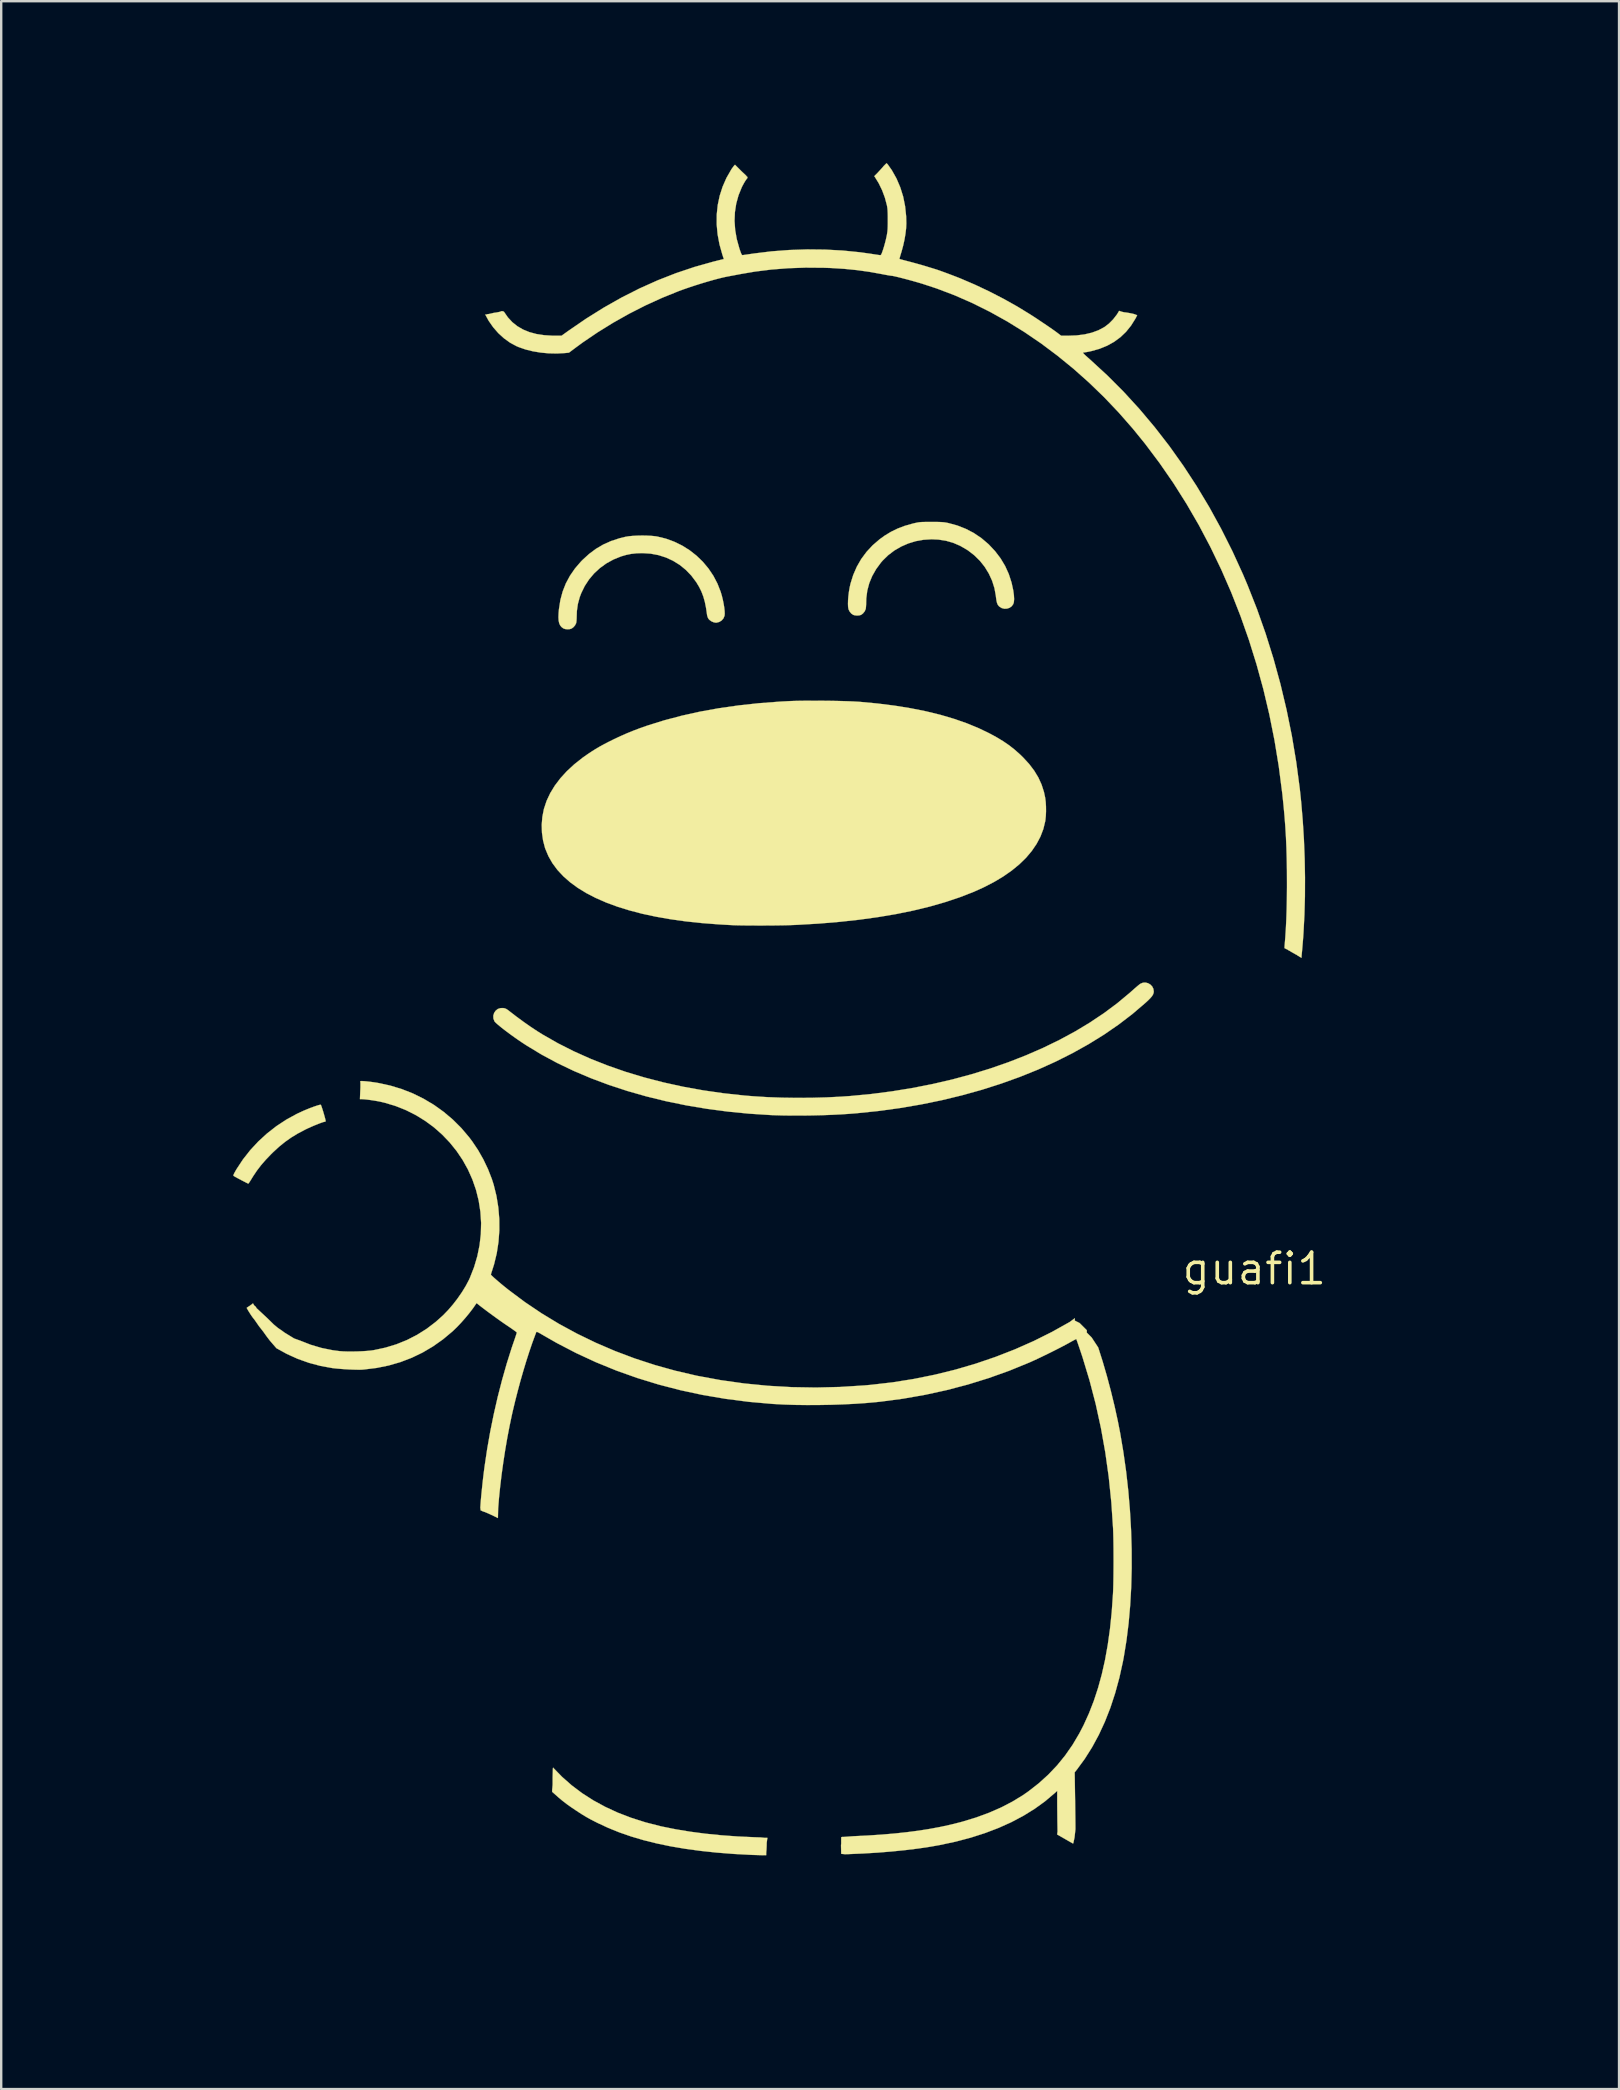
<source format=kicad_pcb>
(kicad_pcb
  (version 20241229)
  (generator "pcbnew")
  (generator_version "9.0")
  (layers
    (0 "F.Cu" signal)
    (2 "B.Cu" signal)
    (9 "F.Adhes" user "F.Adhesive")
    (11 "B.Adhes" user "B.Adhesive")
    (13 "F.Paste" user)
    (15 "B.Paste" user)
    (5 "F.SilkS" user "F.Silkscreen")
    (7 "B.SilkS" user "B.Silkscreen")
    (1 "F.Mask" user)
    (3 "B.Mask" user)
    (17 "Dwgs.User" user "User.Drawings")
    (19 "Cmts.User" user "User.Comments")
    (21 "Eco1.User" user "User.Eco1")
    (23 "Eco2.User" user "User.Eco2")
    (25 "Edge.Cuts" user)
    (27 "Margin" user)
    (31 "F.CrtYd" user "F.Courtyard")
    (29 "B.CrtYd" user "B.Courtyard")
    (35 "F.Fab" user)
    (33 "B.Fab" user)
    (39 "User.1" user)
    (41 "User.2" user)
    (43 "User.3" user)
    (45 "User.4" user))
  (footprint "guafi1"
    (layer "F.Cu")
    (at 49.221 49.825)
    (property "Reference" "guafi1" (at 0 0 0) (layer "F.SilkS") (effects (font (size 1.27 1.27) (thickness 0.15))))
    (attr through_hole)
    (fp_poly (pts (xy -38.901 -6.833) (xy -38.887 -6.804) (xy -38.865 -6.744) (xy -38.838 -6.662) (xy -38.807 -6.565) (xy -38.777 -6.462) (xy -38.748 -6.361) (xy -38.724 -6.271) (xy -38.706 -6.199) (xy -38.698 -6.155) (xy -38.698 -6.146) (xy -38.728 -6.127) (xy -38.742 -6.126) (xy -38.783 -6.117) (xy -38.855 -6.094) (xy -38.951 -6.059) (xy -39.064 -6.014) (xy -39.188 -5.964) (xy -39.313 -5.91) (xy -39.435 -5.855) (xy -39.544 -5.803) (xy -39.564 -5.793) (xy -39.865 -5.634) (xy -40.138 -5.467) (xy -40.393 -5.287) (xy -40.64 -5.086) (xy -40.891 -4.855) (xy -40.975 -4.772) (xy -41.197 -4.54) (xy -41.391 -4.317) (xy -41.562 -4.093) (xy -41.72 -3.858) (xy -41.775 -3.768) (xy -41.828 -3.682) (xy -41.873 -3.612) (xy -41.906 -3.565) (xy -41.923 -3.546) (xy -41.923 -3.546) (xy -41.946 -3.556) (xy -41.999 -3.582) (xy -42.076 -3.622) (xy -42.17 -3.67) (xy -42.227 -3.7) (xy -42.329 -3.754) (xy -42.419 -3.803) (xy -42.489 -3.842) (xy -42.532 -3.868) (xy -42.541 -3.875) (xy -42.544 -3.898) (xy -42.527 -3.945) (xy -42.489 -4.019) (xy -42.429 -4.124) (xy -42.411 -4.154) (xy -42.143 -4.56) (xy -41.841 -4.944) (xy -41.507 -5.304) (xy -41.144 -5.637) (xy -40.755 -5.941) (xy -40.342 -6.213) (xy -39.91 -6.45) (xy -39.636 -6.578) (xy -39.491 -6.639) (xy -39.35 -6.696) (xy -39.219 -6.745) (xy -39.103 -6.785) (xy -39.009 -6.815) (xy -38.941 -6.832) (xy -38.904 -6.835) (xy -38.901 -6.833)) (stroke (width 0.01) (type solid)) (fill yes) (layer "F.SilkS"))
    (fp_poly (pts (xy -29.222 20.789) (xy -28.85 21.172) (xy -28.446 21.528) (xy -28.012 21.855) (xy -27.546 22.154) (xy -27.048 22.425) (xy -26.52 22.669) (xy -25.959 22.884) (xy -25.367 23.072) (xy -24.743 23.232) (xy -24.669 23.248) (xy -24.102 23.362) (xy -23.5 23.461) (xy -22.868 23.544) (xy -22.21 23.61) (xy -21.53 23.659) (xy -20.834 23.691) (xy -20.725 23.695) (xy -20.579 23.699) (xy -20.43 23.714) (xy -20.389 23.72) (xy -20.46 23.715) (xy -20.286 23.719) (xy -20.3 23.78) (xy -20.319 23.931) (xy -20.32 24.024) (xy -20.324 24.117) (xy -20.329 24.224) (xy -20.335 24.276) (xy -20.34 24.364) (xy -20.34 24.39) (xy -20.34 24.428) (xy -20.34 24.44) (xy -20.344 24.441) (xy -20.402 24.438) (xy -20.434 24.442) (xy -20.514 24.44) (xy -20.949 24.427) (xy -21.696 24.387) (xy -22.406 24.331) (xy -23.08 24.259) (xy -23.72 24.172) (xy -24.327 24.069) (xy -24.904 23.949) (xy -25.45 23.813) (xy -25.967 23.66) (xy -26.458 23.49) (xy -26.923 23.302) (xy -27.358 23.1) (xy -27.522 23.017) (xy -27.658 22.947) (xy -27.777 22.881) (xy -27.891 22.815) (xy -28.011 22.742) (xy -28.146 22.655) (xy -28.239 22.594) (xy -28.457 22.448) (xy -28.65 22.311) (xy -28.828 22.174) (xy -29 22.03) (xy -29.176 21.873) (xy -29.26 21.8) (xy -29.26 21.76) (xy -29.26 21.72) (xy -29.25 21.62) (xy -29.243 21.538) (xy -29.24 21.48) (xy -29.24 21.31) (xy -29.24 21.2) (xy -29.23 20.83) (xy -29.222 20.789)) (stroke (width 0.01) (type solid)) (fill yes) (layer "F.SilkS"))
    (fp_poly (pts (xy -25.301 -30.553) (xy -25.115 -30.543) (xy -24.951 -30.526) (xy -24.881 -30.515) (xy -24.52 -30.427) (xy -24.173 -30.3) (xy -23.843 -30.139) (xy -23.532 -29.944) (xy -23.244 -29.718) (xy -22.981 -29.464) (xy -22.746 -29.183) (xy -22.542 -28.88) (xy -22.372 -28.555) (xy -22.237 -28.211) (xy -22.237 -28.21) (xy -22.189 -28.05) (xy -22.148 -27.882) (xy -22.114 -27.716) (xy -22.088 -27.557) (xy -22.073 -27.415) (xy -22.068 -27.297) (xy -22.076 -27.212) (xy -22.077 -27.21) (xy -22.121 -27.104) (xy -22.197 -27.016) (xy -22.297 -26.955) (xy -22.41 -26.926) (xy -22.437 -26.924) (xy -22.529 -26.941) (xy -22.625 -26.983) (xy -22.708 -27.044) (xy -22.748 -27.09) (xy -22.78 -27.156) (xy -22.803 -27.236) (xy -22.806 -27.259) (xy -22.847 -27.542) (xy -22.897 -27.791) (xy -22.96 -28.014) (xy -23.038 -28.219) (xy -23.135 -28.415) (xy -23.251 -28.608) (xy -23.257 -28.617) (xy -23.46 -28.887) (xy -23.69 -29.126) (xy -23.945 -29.333) (xy -24.222 -29.505) (xy -24.518 -29.641) (xy -24.831 -29.741) (xy -25.157 -29.802) (xy -25.495 -29.824) (xy -25.504 -29.824) (xy -25.746 -29.816) (xy -25.965 -29.792) (xy -26.175 -29.749) (xy -26.388 -29.687) (xy -26.704 -29.559) (xy -26.998 -29.398) (xy -27.267 -29.204) (xy -27.509 -28.981) (xy -27.721 -28.73) (xy -27.902 -28.454) (xy -28.048 -28.155) (xy -28.112 -27.986) (xy -28.189 -27.702) (xy -28.23 -27.41) (xy -28.237 -27.21) (xy -28.24 -27.107) (xy -28.245 -27.011) (xy -28.254 -26.937) (xy -28.261 -26.903) (xy -28.307 -26.812) (xy -28.381 -26.729) (xy -28.452 -26.679) (xy -28.529 -26.655) (xy -28.624 -26.649) (xy -28.719 -26.66) (xy -28.794 -26.686) (xy -28.797 -26.688) (xy -28.872 -26.745) (xy -28.928 -26.815) (xy -28.967 -26.903) (xy -28.99 -27.013) (xy -28.998 -27.151) (xy -28.992 -27.321) (xy -28.977 -27.49) (xy -28.918 -27.868) (xy -28.822 -28.224) (xy -28.689 -28.562) (xy -28.517 -28.882) (xy -28.307 -29.186) (xy -28.058 -29.475) (xy -27.994 -29.54) (xy -27.719 -29.791) (xy -27.433 -30.004) (xy -27.13 -30.182) (xy -26.806 -30.327) (xy -26.456 -30.442) (xy -26.204 -30.504) (xy -26.064 -30.527) (xy -25.893 -30.543) (xy -25.701 -30.553) (xy -25.501 -30.557) (xy -25.301 -30.553)) (stroke (width 0.01) (type solid)) (fill yes) (layer "F.SilkS"))
    (fp_poly (pts (xy -13.286 -31.124) (xy -13.155 -31.122) (xy -13.051 -31.118) (xy -12.965 -31.112) (xy -12.889 -31.103) (xy -12.817 -31.091) (xy -12.75 -31.077) (xy -12.375 -30.975) (xy -12.02 -30.835) (xy -11.685 -30.66) (xy -11.373 -30.45) (xy -11.086 -30.206) (xy -11.065 -30.187) (xy -10.799 -29.903) (xy -10.571 -29.603) (xy -10.382 -29.287) (xy -10.23 -28.952) (xy -10.115 -28.597) (xy -10.044 -28.271) (xy -10.017 -28.073) (xy -10.008 -27.909) (xy -10.018 -27.782) (xy -10.043 -27.7) (xy -10.108 -27.609) (xy -10.198 -27.545) (xy -10.303 -27.511) (xy -10.414 -27.506) (xy -10.523 -27.533) (xy -10.62 -27.593) (xy -10.638 -27.61) (xy -10.675 -27.652) (xy -10.703 -27.701) (xy -10.725 -27.765) (xy -10.744 -27.851) (xy -10.761 -27.968) (xy -10.77 -28.047) (xy -10.828 -28.366) (xy -10.926 -28.675) (xy -11.061 -28.969) (xy -11.23 -29.246) (xy -11.433 -29.502) (xy -11.666 -29.732) (xy -11.927 -29.934) (xy -11.97 -29.962) (xy -12.256 -30.128) (xy -12.547 -30.253) (xy -12.847 -30.339) (xy -13.162 -30.388) (xy -13.451 -30.401) (xy -13.783 -30.38) (xy -14.107 -30.322) (xy -14.421 -30.226) (xy -14.72 -30.095) (xy -15 -29.932) (xy -15.257 -29.737) (xy -15.486 -29.513) (xy -15.554 -29.435) (xy -15.758 -29.158) (xy -15.922 -28.869) (xy -16.045 -28.571) (xy -16.127 -28.262) (xy -16.168 -27.943) (xy -16.173 -27.793) (xy -16.175 -27.691) (xy -16.181 -27.596) (xy -16.188 -27.521) (xy -16.194 -27.491) (xy -16.237 -27.395) (xy -16.307 -27.309) (xy -16.384 -27.251) (xy -16.46 -27.229) (xy -16.555 -27.222) (xy -16.65 -27.232) (xy -16.712 -27.25) (xy -16.792 -27.304) (xy -16.861 -27.386) (xy -16.908 -27.479) (xy -16.911 -27.491) (xy -16.927 -27.585) (xy -16.932 -27.712) (xy -16.928 -27.863) (xy -16.915 -28.029) (xy -16.894 -28.203) (xy -16.865 -28.376) (xy -16.829 -28.54) (xy -16.828 -28.546) (xy -16.714 -28.911) (xy -16.565 -29.255) (xy -16.38 -29.577) (xy -16.159 -29.875) (xy -15.904 -30.15) (xy -15.615 -30.399) (xy -15.413 -30.546) (xy -15.144 -30.71) (xy -14.864 -30.847) (xy -14.566 -30.96) (xy -14.239 -31.053) (xy -14.191 -31.065) (xy -14.106 -31.084) (xy -14.034 -31.099) (xy -13.966 -31.11) (xy -13.893 -31.117) (xy -13.808 -31.121) (xy -13.703 -31.123) (xy -13.569 -31.124) (xy -13.451 -31.124) (xy -13.286 -31.124)) (stroke (width 0.01) (type solid)) (fill yes) (layer "F.SilkS"))
    (fp_poly (pts (xy -4.423 -11.899) (xy -4.329 -11.844) (xy -4.253 -11.765) (xy -4.204 -11.667) (xy -4.188 -11.561) (xy -4.194 -11.498) (xy -4.215 -11.437) (xy -4.253 -11.371) (xy -4.313 -11.297) (xy -4.399 -11.208) (xy -4.514 -11.1) (xy -4.541 -11.076) (xy -5.079 -10.616) (xy -5.654 -10.176) (xy -6.262 -9.757) (xy -6.904 -9.36) (xy -7.576 -8.985) (xy -8.279 -8.632) (xy -9.009 -8.302) (xy -9.765 -7.997) (xy -10.547 -7.716) (xy -11.351 -7.459) (xy -12.178 -7.229) (xy -13.024 -7.024) (xy -13.889 -6.847) (xy -14.771 -6.696) (xy -15.668 -6.574) (xy -16.579 -6.48) (xy -16.866 -6.457) (xy -17.218 -6.434) (xy -17.599 -6.415) (xy -18 -6.4) (xy -18.412 -6.39) (xy -18.824 -6.384) (xy -19.228 -6.384) (xy -19.614 -6.388) (xy -19.973 -6.398) (xy -20.147 -6.405) (xy -21.051 -6.463) (xy -21.941 -6.55) (xy -22.816 -6.666) (xy -23.674 -6.81) (xy -24.512 -6.982) (xy -25.33 -7.182) (xy -26.126 -7.409) (xy -26.897 -7.662) (xy -27.642 -7.941) (xy -28.36 -8.245) (xy -29.047 -8.574) (xy -29.704 -8.928) (xy -30.327 -9.305) (xy -30.529 -9.437) (xy -30.688 -9.545) (xy -30.848 -9.657) (xy -31.005 -9.771) (xy -31.156 -9.883) (xy -31.295 -9.989) (xy -31.418 -10.087) (xy -31.522 -10.173) (xy -31.601 -10.243) (xy -31.652 -10.295) (xy -31.665 -10.314) (xy -31.709 -10.429) (xy -31.713 -10.547) (xy -31.678 -10.663) (xy -31.617 -10.752) (xy -31.528 -10.825) (xy -31.418 -10.862) (xy -31.299 -10.865) (xy -31.235 -10.853) (xy -31.175 -10.829) (xy -31.107 -10.785) (xy -31.063 -10.751) (xy -30.741 -10.503) (xy -30.44 -10.282) (xy -30.154 -10.082) (xy -29.876 -9.898) (xy -29.651 -9.758) (xy -29.022 -9.399) (xy -28.36 -9.064) (xy -27.666 -8.753) (xy -26.943 -8.467) (xy -26.194 -8.206) (xy -25.419 -7.973) (xy -24.621 -7.766) (xy -23.802 -7.586) (xy -22.964 -7.435) (xy -22.109 -7.312) (xy -21.239 -7.218) (xy -20.867 -7.188) (xy -20.291 -7.152) (xy -19.686 -7.13) (xy -19.065 -7.121) (xy -18.439 -7.125) (xy -17.82 -7.142) (xy -17.22 -7.172) (xy -16.845 -7.198) (xy -15.966 -7.282) (xy -15.099 -7.394) (xy -14.246 -7.533) (xy -13.408 -7.698) (xy -12.587 -7.888) (xy -11.786 -8.104) (xy -11.005 -8.344) (xy -10.246 -8.608) (xy -9.512 -8.895) (xy -8.803 -9.204) (xy -8.122 -9.535) (xy -7.471 -9.887) (xy -6.851 -10.26) (xy -6.263 -10.653) (xy -5.71 -11.065) (xy -5.194 -11.495) (xy -5.103 -11.576) (xy -5.006 -11.662) (xy -4.914 -11.742) (xy -4.834 -11.809) (xy -4.773 -11.858) (xy -4.741 -11.88) (xy -4.636 -11.922) (xy -4.528 -11.927) (xy -4.423 -11.899)) (stroke (width 0.01) (type solid)) (fill yes) (layer "F.SilkS"))
    (fp_poly (pts (xy -18.189 -23.673) (xy -17.912 -23.671) (xy -17.636 -23.668) (xy -17.368 -23.663) (xy -17.113 -23.656) (xy -16.879 -23.649) (xy -16.671 -23.64) (xy -16.496 -23.63) (xy -16.427 -23.625) (xy -15.683 -23.555) (xy -14.977 -23.466) (xy -14.308 -23.357) (xy -13.674 -23.23) (xy -13.075 -23.084) (xy -12.51 -22.917) (xy -11.979 -22.732) (xy -11.48 -22.526) (xy -11.042 -22.315) (xy -10.736 -22.149) (xy -10.463 -21.984) (xy -10.215 -21.814) (xy -9.984 -21.632) (xy -9.76 -21.433) (xy -9.631 -21.307) (xy -9.38 -21.034) (xy -9.169 -20.756) (xy -8.997 -20.471) (xy -8.863 -20.177) (xy -8.764 -19.869) (xy -8.712 -19.624) (xy -8.691 -19.457) (xy -8.68 -19.267) (xy -8.678 -19.068) (xy -8.686 -18.875) (xy -8.703 -18.704) (xy -8.711 -18.651) (xy -8.79 -18.326) (xy -8.91 -18.011) (xy -9.071 -17.706) (xy -9.271 -17.412) (xy -9.51 -17.128) (xy -9.789 -16.856) (xy -10.106 -16.596) (xy -10.461 -16.348) (xy -10.853 -16.114) (xy -11.283 -15.892) (xy -11.706 -15.702) (xy -12.275 -15.481) (xy -12.881 -15.279) (xy -13.525 -15.094) (xy -14.206 -14.929) (xy -14.923 -14.782) (xy -15.677 -14.655) (xy -16.467 -14.546) (xy -17.293 -14.456) (xy -18.153 -14.384) (xy -19.049 -14.332) (xy -19.326 -14.321) (xy -19.475 -14.316) (xy -19.658 -14.312) (xy -19.869 -14.309) (xy -20.099 -14.306) (xy -20.342 -14.305) (xy -20.589 -14.304) (xy -20.834 -14.305) (xy -21.068 -14.306) (xy -21.285 -14.308) (xy -21.476 -14.311) (xy -21.612 -14.314) (xy -21.692 -14.317) (xy -21.805 -14.323) (xy -21.943 -14.33) (xy -22.095 -14.339) (xy -22.253 -14.348) (xy -22.332 -14.353) (xy -23.032 -14.407) (xy -23.7 -14.478) (xy -24.336 -14.567) (xy -24.938 -14.673) (xy -25.508 -14.795) (xy -26.043 -14.935) (xy -26.543 -15.09) (xy -27.009 -15.262) (xy -27.439 -15.45) (xy -27.834 -15.654) (xy -28.192 -15.873) (xy -28.513 -16.108) (xy -28.796 -16.358) (xy -29.042 -16.623) (xy -29.249 -16.902) (xy -29.417 -17.196) (xy -29.546 -17.504) (xy -29.558 -17.538) (xy -29.639 -17.848) (xy -29.685 -18.173) (xy -29.695 -18.504) (xy -29.668 -18.834) (xy -29.606 -19.153) (xy -29.601 -19.171) (xy -29.492 -19.499) (xy -29.341 -19.82) (xy -29.15 -20.134) (xy -28.919 -20.439) (xy -28.65 -20.734) (xy -28.343 -21.019) (xy -27.998 -21.293) (xy -27.793 -21.437) (xy -27.619 -21.553) (xy -27.456 -21.656) (xy -27.294 -21.752) (xy -27.123 -21.846) (xy -26.934 -21.945) (xy -26.716 -22.053) (xy -26.686 -22.068) (xy -26.404 -22.201) (xy -26.135 -22.319) (xy -25.867 -22.428) (xy -25.583 -22.535) (xy -25.288 -22.638) (xy -24.592 -22.855) (xy -23.863 -23.048) (xy -23.102 -23.217) (xy -22.311 -23.36) (xy -21.491 -23.477) (xy -20.644 -23.569) (xy -19.771 -23.635) (xy -19.363 -23.657) (xy -19.177 -23.664) (xy -18.961 -23.669) (xy -18.719 -23.672) (xy -18.46 -23.673) (xy -18.189 -23.673)) (stroke (width 0.01) (type solid)) (fill yes) (layer "F.SilkS"))
    (fp_poly (pts (xy -21.62 -45.99) (xy -21.59 -45.96) (xy -21.56 -45.93) (xy -21.52 -45.89) (xy -21.48 -45.85) (xy -21.44 -45.81) (xy -21.37 -45.74) (xy -21.2 -45.58) (xy -21.17 -45.55) (xy -21.16 -45.53) (xy -21.13 -45.51) (xy -21.118 -45.46) (xy -21.153 -45.419) (xy -21.172 -45.391) (xy -21.251 -45.276) (xy -21.193 -45.367) (xy -21.271 -45.235) (xy -21.337 -45.113) (xy -21.359 -45.067) (xy -21.494 -44.734) (xy -21.589 -44.389) (xy -21.644 -44.032) (xy -21.659 -43.667) (xy -21.633 -43.293) (xy -21.567 -42.913) (xy -21.46 -42.527) (xy -21.445 -42.481) (xy -21.409 -42.377) (xy -21.381 -42.306) (xy -21.359 -42.265) (xy -21.34 -42.246) (xy -21.323 -42.243) (xy -21.291 -42.247) (xy -21.223 -42.257) (xy -21.128 -42.27) (xy -21.012 -42.287) (xy -20.881 -42.306) (xy -20.849 -42.311) (xy -20.12 -42.4) (xy -19.379 -42.456) (xy -18.633 -42.481) (xy -17.889 -42.473) (xy -17.154 -42.434) (xy -16.435 -42.362) (xy -15.982 -42.299) (xy -15.862 -42.28) (xy -15.755 -42.264) (xy -15.668 -42.251) (xy -15.609 -42.243) (xy -15.589 -42.241) (xy -15.569 -42.245) (xy -15.55 -42.266) (xy -15.528 -42.309) (xy -15.501 -42.38) (xy -15.468 -42.476) (xy -15.43 -42.598) (xy -15.39 -42.741) (xy -15.353 -42.886) (xy -15.331 -42.984) (xy -15.311 -43.081) (xy -15.297 -43.166) (xy -15.286 -43.247) (xy -15.279 -43.334) (xy -15.275 -43.437) (xy -15.273 -43.565) (xy -15.273 -43.699) (xy -15.273 -43.867) (xy -15.276 -44.001) (xy -15.281 -44.109) (xy -15.289 -44.198) (xy -15.301 -44.277) (xy -15.31 -44.323) (xy -15.394 -44.639) (xy -15.509 -44.947) (xy -15.651 -45.239) (xy -15.814 -45.504) (xy -15.79 -45.47) (xy -15.83 -45.54) (xy -15.82 -45.53) (xy -15.82 -45.52) (xy -15.82 -45.51) (xy -15.81 -45.5) (xy -15.83 -45.53) (xy -15.82 -45.55) (xy -15.8 -45.57) (xy -15.7 -45.67) (xy -15.58 -45.8) (xy -15.49 -45.9) (xy -15.44 -45.96) (xy -15.4 -46) (xy -15.33 -46.07) (xy -15.32 -46.07) (xy -15.31 -46.06) (xy -15.29 -46.04) (xy -15.28 -46.03) (xy -15.27 -46.02) (xy -15.23 -45.96) (xy -15.105 -45.784) (xy -14.909 -45.435) (xy -14.752 -45.067) (xy -14.632 -44.683) (xy -14.551 -44.28) (xy -14.507 -43.858) (xy -14.5 -43.563) (xy -14.509 -43.36) (xy -14.536 -43.13) (xy -14.578 -42.883) (xy -14.634 -42.631) (xy -14.701 -42.384) (xy -14.722 -42.317) (xy -14.75 -42.226) (xy -14.771 -42.151) (xy -14.783 -42.101) (xy -14.785 -42.083) (xy -14.763 -42.075) (xy -14.706 -42.059) (xy -14.621 -42.036) (xy -14.514 -42.008) (xy -14.392 -41.976) (xy -14.379 -41.973) (xy -14.225 -41.932) (xy -14.058 -41.886) (xy -13.892 -41.84) (xy -13.743 -41.796) (xy -13.663 -41.772) (xy -13.548 -41.736) (xy -13.442 -41.704) (xy -13.354 -41.677) (xy -13.293 -41.658) (xy -13.276 -41.653) (xy -13.208 -41.631) (xy -13.109 -41.597) (xy -12.985 -41.552) (xy -12.845 -41.501) (xy -12.696 -41.445) (xy -12.546 -41.388) (xy -12.403 -41.333) (xy -12.273 -41.282) (xy -12.246 -41.271) (xy -11.653 -41.017) (xy -11.053 -40.734) (xy -10.459 -40.428) (xy -9.883 -40.106) (xy -9.377 -39.797) (xy -9.228 -39.702) (xy -9.066 -39.596) (xy -8.899 -39.484) (xy -8.732 -39.372) (xy -8.572 -39.264) (xy -8.428 -39.164) (xy -8.305 -39.077) (xy -8.211 -39.008) (xy -8.209 -39.006) (xy -8.046 -38.883) (xy -7.769 -38.883) (xy -7.403 -38.897) (xy -7.069 -38.94) (xy -6.766 -39.012) (xy -6.494 -39.112) (xy -6.252 -39.241) (xy -6.233 -39.253) (xy -6.053 -39.392) (xy -5.882 -39.565) (xy -5.726 -39.766) (xy -5.68 -39.84) (xy -5.65 -39.89) (xy -5.64 -39.91) (xy -5.63 -39.92) (xy -5.51 -39.88) (xy -5.42 -39.86) (xy -5.33 -39.85) (xy -5.21 -39.83) (xy -5.06 -39.8) (xy -4.99 -39.78) (xy -4.91 -39.75) (xy -4.89 -39.74) (xy -4.88 -39.74) (xy -4.89 -39.74) (xy -4.88 -39.74) (xy -4.885 -39.727) (xy -4.937 -39.626) (xy -4.955 -39.592) (xy -5.137 -39.303) (xy -5.345 -39.045) (xy -5.58 -38.821) (xy -5.843 -38.628) (xy -6.133 -38.467) (xy -6.451 -38.338) (xy -6.798 -38.241) (xy -6.858 -38.228) (xy -6.952 -38.209) (xy -7.036 -38.195) (xy -7.098 -38.186) (xy -7.117 -38.185) (xy -7.133 -38.182) (xy -7.135 -38.17) (xy -7.119 -38.147) (xy -7.083 -38.109) (xy -7.024 -38.053) (xy -6.938 -37.976) (xy -6.842 -37.891) (xy -6.13 -37.236) (xy -5.443 -36.548) (xy -4.782 -35.826) (xy -4.148 -35.072) (xy -3.539 -34.286) (xy -2.958 -33.469) (xy -2.404 -32.622) (xy -1.877 -31.744) (xy -1.38 -30.838) (xy -0.91 -29.902) (xy -0.47 -28.939) (xy -0.28 -28.49) (xy 0.113 -27.494) (xy 0.473 -26.474) (xy 0.799 -25.432) (xy 1.09 -24.372) (xy 1.346 -23.297) (xy 1.567 -22.211) (xy 1.75 -21.116) (xy 1.896 -20.015) (xy 1.956 -19.442) (xy 2.021 -18.67) (xy 2.07 -17.884) (xy 2.101 -17.09) (xy 2.115 -16.299) (xy 2.112 -15.518) (xy 2.091 -14.756) (xy 2.053 -14.022) (xy 2.042 -13.854) (xy 2.03 -13.697) (xy 2.017 -13.534) (xy 2.004 -13.383) (xy 2.003 -13.371) (xy 1.989 -13.215) (xy 1.975 -13.07) (xy 1.97 -12.98) (xy 1.97 -12.96) (xy 1.97 -12.97) (xy 1.97 -12.99) (xy 1.97 -12.96) (xy 1.95 -12.97) (xy 1.93 -12.98) (xy 1.89 -13) (xy 1.85 -13.03) (xy 1.81 -13.05) (xy 1.77 -13.08) (xy 1.71 -13.11) (xy 1.66 -13.14) (xy 1.57 -13.19) (xy 1.47 -13.25) (xy 1.43 -13.27) (xy 1.4 -13.29) (xy 1.37 -13.31) (xy 1.32 -13.33) (xy 1.27 -13.36) (xy 1.26 -13.36) (xy 1.263 -13.442) (xy 1.293 -13.806) (xy 1.317 -14.18) (xy 1.336 -14.57) (xy 1.35 -14.982) (xy 1.359 -15.421) (xy 1.363 -15.894) (xy 1.363 -16.097) (xy 1.361 -16.609) (xy 1.353 -17.087) (xy 1.34 -17.541) (xy 1.321 -17.98) (xy 1.295 -18.413) (xy 1.262 -18.848) (xy 1.221 -19.294) (xy 1.173 -19.761) (xy 1.163 -19.843) (xy 1.021 -20.94) (xy 0.843 -22.025) (xy 0.629 -23.095) (xy 0.38 -24.149) (xy 0.095 -25.187) (xy -0.223 -26.207) (xy -0.575 -27.207) (xy -0.96 -28.188) (xy -1.378 -29.146) (xy -1.829 -30.082) (xy -2.311 -30.995) (xy -2.825 -31.881) (xy -3.369 -32.742) (xy -3.944 -33.575) (xy -4.548 -34.38) (xy -5.06 -35.01) (xy -5.647 -35.68) (xy -6.256 -36.321) (xy -6.886 -36.93) (xy -7.535 -37.508) (xy -8.202 -38.052) (xy -8.884 -38.563) (xy -9.581 -39.038) (xy -10.291 -39.477) (xy -11.013 -39.879) (xy -11.744 -40.243) (xy -12.485 -40.568) (xy -13.232 -40.852) (xy -13.843 -41.053) (xy -13.992 -41.097) (xy -14.152 -41.143) (xy -14.316 -41.189) (xy -14.48 -41.233) (xy -14.636 -41.274) (xy -14.78 -41.311) (xy -14.905 -41.341) (xy -15.005 -41.364) (xy -15.076 -41.378) (xy -15.104 -41.381) (xy -15.143 -41.385) (xy -15.215 -41.396) (xy -15.312 -41.413) (xy -15.427 -41.434) (xy -15.523 -41.453) (xy -16.044 -41.547) (xy -16.564 -41.619) (xy -17.095 -41.672) (xy -17.648 -41.706) (xy -17.949 -41.716) (xy -18.697 -41.722) (xy -19.42 -41.697) (xy -20.123 -41.642) (xy -20.811 -41.556) (xy -21.408 -41.454) (xy -21.545 -41.428) (xy -21.681 -41.402) (xy -21.805 -41.379) (xy -21.906 -41.36) (xy -21.96 -41.35) (xy -22.127 -41.315) (xy -22.326 -41.266) (xy -22.55 -41.206) (xy -22.792 -41.137) (xy -23.045 -41.061) (xy -23.302 -40.98) (xy -23.556 -40.896) (xy -23.799 -40.812) (xy -23.992 -40.741) (xy -24.678 -40.463) (xy -25.367 -40.149) (xy -26.049 -39.802) (xy -26.717 -39.426) (xy -27.365 -39.025) (xy -27.984 -38.605) (xy -28.277 -38.39) (xy -28.56 -38.178) (xy -28.732 -38.161) (xy -29.065 -38.143) (xy -29.403 -38.15) (xy -29.738 -38.181) (xy -30.063 -38.235) (xy -30.37 -38.311) (xy -30.649 -38.408) (xy -30.746 -38.449) (xy -31.015 -38.594) (xy -31.269 -38.777) (xy -31.505 -38.992) (xy -31.719 -39.238) (xy -31.908 -39.509) (xy -32.057 -39.783) (xy -32.05 -39.77) (xy -32.04 -39.76) (xy -32.02 -39.76) (xy -31.97 -39.78) (xy -31.89 -39.79) (xy -31.8 -39.81) (xy -31.72 -39.83) (xy -31.67 -39.84) (xy -31.59 -39.85) (xy -31.44 -39.88) (xy -31.36 -39.91) (xy -31.3 -39.9) (xy -31.266 -39.88) (xy -31.105 -39.648) (xy -30.92 -39.448) (xy -30.709 -39.28) (xy -30.472 -39.142) (xy -30.208 -39.034) (xy -29.915 -38.955) (xy -29.592 -38.906) (xy -29.238 -38.884) (xy -29.136 -38.883) (xy -28.87 -38.883) (xy -28.58 -39.091) (xy -27.847 -39.594) (xy -27.109 -40.055) (xy -26.367 -40.475) (xy -25.618 -40.854) (xy -24.861 -41.193) (xy -24.097 -41.492) (xy -23.324 -41.751) (xy -22.543 -41.971) (xy -22.426 -42) (xy -22.321 -42.027) (xy -22.235 -42.048) (xy -22.177 -42.062) (xy -22.16 -42.066) (xy -22.106 -42.078) (xy -22.167 -42.264) (xy -22.286 -42.688) (xy -22.365 -43.108) (xy -22.403 -43.522) (xy -22.401 -43.93) (xy -22.36 -44.328) (xy -22.278 -44.717) (xy -22.157 -45.094) (xy -21.997 -45.459) (xy -21.797 -45.808) (xy -21.775 -45.842) (xy -21.74 -45.89) (xy -21.71 -45.93) (xy -21.68 -45.97) (xy -21.66 -45.99) (xy -21.64 -46.01)) (stroke (width 0.01) (type solid)) (fill yes) (layer "F.SilkS"))
    (fp_poly (pts (xy -37.161 -7.821) (xy -37.069 -7.816) (xy -36.956 -7.805) (xy -36.829 -7.79) (xy -36.693 -7.772) (xy -36.557 -7.751) (xy -36.512 -7.743) (xy -36.013 -7.635) (xy -35.53 -7.489) (xy -35.062 -7.305) (xy -34.614 -7.084) (xy -34.185 -6.828) (xy -33.78 -6.538) (xy -33.399 -6.216) (xy -33.044 -5.862) (xy -32.718 -5.477) (xy -32.593 -5.311) (xy -32.347 -4.944) (xy -32.126 -4.555) (xy -31.934 -4.152) (xy -31.775 -3.746) (xy -31.696 -3.499) (xy -31.581 -3.032) (xy -31.504 -2.556) (xy -31.464 -2.074) (xy -31.462 -1.593) (xy -31.497 -1.115) (xy -31.569 -0.646) (xy -31.679 -0.19) (xy -31.759 0.064) (xy -31.785 0.141) (xy -31.804 0.204) (xy -31.813 0.24) (xy -31.813 0.244) (xy -31.797 0.266) (xy -31.753 0.31) (xy -31.684 0.374) (xy -31.595 0.452) (xy -31.492 0.541) (xy -31.377 0.638) (xy -31.256 0.737) (xy -31.133 0.836) (xy -31.072 0.885) (xy -30.399 1.387) (xy -29.698 1.859) (xy -28.97 2.3) (xy -28.216 2.709) (xy -27.439 3.085) (xy -26.639 3.429) (xy -25.819 3.738) (xy -24.98 4.012) (xy -24.123 4.251) (xy -23.25 4.454) (xy -23.192 4.466) (xy -22.229 4.643) (xy -21.254 4.78) (xy -20.269 4.877) (xy -19.273 4.934) (xy -18.27 4.951) (xy -17.261 4.926) (xy -16.246 4.862) (xy -15.97 4.837) (xy -15.075 4.734) (xy -14.19 4.593) (xy -13.316 4.416) (xy -12.455 4.204) (xy -11.61 3.956) (xy -10.783 3.674) (xy -9.975 3.359) (xy -9.189 3.011) (xy -8.426 2.63) (xy -7.689 2.218) (xy -7.479 2.062) (xy -7.479 2.162) (xy -7.379 2.062) (xy -7.479 2.162) (xy -7.279 2.262) (xy -7.179 2.362) (xy -7.079 2.462) (xy -6.979 2.562) (xy -6.979 2.662) (xy -6.879 2.762) (xy -6.779 2.862) (xy -6.503 3.282) (xy -6.317 3.867) (xy -6.14 4.476) (xy -5.974 5.101) (xy -5.821 5.731) (xy -5.684 6.358) (xy -5.59 6.839) (xy -5.455 7.636) (xy -5.341 8.443) (xy -5.25 9.256) (xy -5.181 10.07) (xy -5.134 10.882) (xy -5.11 11.688) (xy -5.108 12.484) (xy -5.128 13.265) (xy -5.171 14.028) (xy -5.236 14.769) (xy -5.324 15.482) (xy -5.435 16.166) (xy -5.472 16.364) (xy -5.621 17.039) (xy -5.796 17.683) (xy -5.997 18.296) (xy -6.225 18.877) (xy -6.479 19.426) (xy -6.759 19.942) (xy -7.064 20.425) (xy -7.376 20.851) (xy -7.484 20.988) (xy -7.469 21.962) (xy -7.465 22.192) (xy -7.462 22.435) (xy -7.459 22.682) (xy -7.456 22.924) (xy -7.454 23.152) (xy -7.453 23.358) (xy -7.49 23.7) (xy -7.542 23.946) (xy -7.57 23.946) (xy -8.214 23.576) (xy -8.198 23.451) (xy -8.201 23.249) (xy -8.205 23.037) (xy -8.207 22.826) (xy -8.209 22.624) (xy -8.211 22.44) (xy -8.212 22.285) (xy -8.212 22.221) (xy -8.212 21.757) (xy -8.33 21.865) (xy -8.727 22.2) (xy -9.158 22.511) (xy -9.624 22.799) (xy -10.123 23.063) (xy -10.656 23.303) (xy -11.221 23.518) (xy -11.817 23.709) (xy -12.445 23.875) (xy -13.104 24.016) (xy -13.504 24.087) (xy -14.006 24.162) (xy -14.543 24.228) (xy -15.109 24.285) (xy -15.697 24.333) (xy -16.3 24.369) (xy -16.913 24.395) (xy -17.052 24.399) (xy -17.214 24.383) (xy -17.222 24.026) (xy -17.214 23.947) (xy -17.215 23.844) (xy -17.215 23.793) (xy -17.214 23.742) (xy -17.212 23.688) (xy -17.19 23.683) (xy -17.174 23.678) (xy -16.894 23.684) (xy -17.15 23.682) (xy -16.702 23.649) (xy -16.094 23.619) (xy -15.521 23.581) (xy -14.981 23.535) (xy -14.47 23.48) (xy -13.986 23.417) (xy -13.526 23.344) (xy -13.086 23.262) (xy -12.665 23.17) (xy -12.257 23.068) (xy -12.151 23.039) (xy -11.587 22.867) (xy -11.054 22.671) (xy -10.553 22.452) (xy -10.086 22.21) (xy -9.653 21.947) (xy -9.414 21.781) (xy -8.981 21.443) (xy -8.583 21.082) (xy -8.216 20.696) (xy -7.88 20.282) (xy -7.572 19.84) (xy -7.291 19.365) (xy -7.112 19.02) (xy -6.889 18.529) (xy -6.688 18.013) (xy -6.51 17.471) (xy -6.353 16.9) (xy -6.218 16.3) (xy -6.105 15.668) (xy -6.012 15.004) (xy -5.94 14.306) (xy -5.889 13.572) (xy -5.884 13.485) (xy -5.878 13.334) (xy -5.873 13.147) (xy -5.869 12.932) (xy -5.866 12.695) (xy -5.864 12.443) (xy -5.863 12.183) (xy -5.864 11.922) (xy -5.865 11.667) (xy -5.868 11.425) (xy -5.872 11.202) (xy -5.877 11.005) (xy -5.883 10.842) (xy -5.884 10.816) (xy -5.956 9.739) (xy -6.064 8.683) (xy -6.209 7.648) (xy -6.391 6.631) (xy -6.609 5.633) (xy -6.865 4.652) (xy -7.157 3.687) (xy -7.271 3.346) (xy -7.313 3.222) (xy -7.351 3.112) (xy -7.382 3.023) (xy -7.405 2.96) (xy -7.416 2.93) (xy -7.417 2.928) (xy -7.436 2.936) (xy -7.486 2.962) (xy -7.56 3.001) (xy -7.653 3.052) (xy -7.727 3.094) (xy -7.884 3.179) (xy -8.072 3.278) (xy -8.28 3.384) (xy -8.501 3.495) (xy -8.726 3.605) (xy -8.946 3.711) (xy -9.152 3.807) (xy -9.336 3.891) (xy -9.387 3.913) (xy -10.214 4.251) (xy -11.065 4.555) (xy -11.936 4.825) (xy -12.824 5.058) (xy -13.726 5.255) (xy -14.639 5.415) (xy -15.56 5.537) (xy -15.747 5.557) (xy -16.181 5.596) (xy -16.646 5.628) (xy -17.133 5.652) (xy -17.634 5.669) (xy -18.139 5.678) (xy -18.64 5.68) (xy -19.127 5.674) (xy -19.591 5.659) (xy -20.024 5.636) (xy -20.076 5.633) (xy -21.064 5.546) (xy -22.034 5.421) (xy -22.983 5.26) (xy -23.914 5.061) (xy -24.824 4.825) (xy -25.714 4.552) (xy -26.584 4.243) (xy -27.434 3.896) (xy -28.263 3.512) (xy -29.071 3.092) (xy -29.649 2.761) (xy -29.753 2.7) (xy -29.826 2.66) (xy -29.875 2.637) (xy -29.904 2.63) (xy -29.919 2.636) (xy -29.923 2.643) (xy -29.938 2.684) (xy -29.961 2.746) (xy -29.973 2.776) (xy -30.092 3.099) (xy -30.214 3.458) (xy -30.338 3.844) (xy -30.461 4.251) (xy -30.582 4.672) (xy -30.697 5.1) (xy -30.806 5.527) (xy -30.906 5.947) (xy -30.942 6.108) (xy -31.04 6.575) (xy -31.133 7.063) (xy -31.219 7.565) (xy -31.297 8.072) (xy -31.367 8.576) (xy -31.426 9.07) (xy -31.475 9.545) (xy -31.511 9.994) (xy -31.52 10.39) (xy -31.64 10.33) (xy -31.83 10.24) (xy -31.94 10.19) (xy -32.06 10.14) (xy -32.15 10.11) (xy -32.17 10.1) (xy -32.19 10.09) (xy -32.21 10.08) (xy -32.24 10.07) (xy -32.25 9.98) (xy -32.254 9.96) (xy -32.237 9.71) (xy -32.216 9.472) (xy -32.191 9.222) (xy -32.164 8.964) (xy -32.135 8.704) (xy -32.104 8.449) (xy -32.076 8.236) (xy -31.969 7.517) (xy -31.841 6.789) (xy -31.693 6.06) (xy -31.528 5.338) (xy -31.346 4.631) (xy -31.151 3.945) (xy -30.944 3.29) (xy -30.851 3.019) (xy -30.812 2.906) (xy -30.779 2.806) (xy -30.753 2.727) (xy -30.737 2.675) (xy -30.733 2.658) (xy -30.75 2.64) (xy -30.797 2.602) (xy -30.87 2.55) (xy -30.961 2.485) (xy -31.068 2.413) (xy -31.098 2.392) (xy -31.238 2.298) (xy -31.4 2.185) (xy -31.575 2.06) (xy -31.756 1.929) (xy -31.933 1.799) (xy -32.098 1.675) (xy -32.242 1.565) (xy -32.318 1.505) (xy -32.411 1.43) (xy -32.445 1.483) (xy -32.569 1.661) (xy -32.718 1.855) (xy -32.883 2.055) (xy -33.056 2.251) (xy -33.229 2.433) (xy -33.393 2.591) (xy -33.411 2.608) (xy -33.809 2.941) (xy -34.225 3.235) (xy -34.66 3.492) (xy -35.113 3.71) (xy -35.584 3.89) (xy -36.072 4.031) (xy -36.578 4.134) (xy -37.101 4.198) (xy -37.168 4.204) (xy -37.267 4.208) (xy -37.399 4.207) (xy -37.555 4.203) (xy -37.726 4.196) (xy -37.903 4.186) (xy -38.077 4.173) (xy -38.239 4.159) (xy -38.38 4.144) (xy -38.421 4.139) (xy -38.916 4.049) (xy -39.399 3.92) (xy -39.866 3.754) (xy -40.317 3.55) (xy -40.75 3.312) (xy -41.02 3) (xy -41.15 2.83) (xy -41.2 2.76) (xy -41.3 2.62) (xy -41.37 2.53) (xy -41.48 2.39) (xy -41.66 2.13) (xy -41.74 2.03) (xy -41.81 1.93) (xy -41.88 1.82) (xy -41.93 1.74) (xy -41.98 1.65) (xy -41.99 1.63) (xy -41.98 1.63) (xy -41.99 1.64) (xy -41.98 1.62) (xy -41.902 1.569) (xy -41.857 1.541) (xy -41.82 1.51) (xy -41.77 1.48) (xy -41.73 1.441) (xy -41.67 1.54) (xy -41.638 1.558) (xy -41.63 1.57) (xy -41.6 1.6) (xy -41.59 1.63) (xy -41.582 1.639) (xy -41.13 2.06) (xy -40.528 2.651) (xy -40.89 2.31) (xy -40.89 2.3) (xy -40.695 2.462) (xy -40.524 2.58) (xy -40.568 2.546) (xy -40.416 2.659) (xy -40.013 2.906) (xy -39.761 2.996) (xy -39.321 3.168) (xy -38.867 3.302) (xy -38.402 3.396) (xy -38.126 3.432) (xy -37.975 3.443) (xy -37.794 3.449) (xy -37.595 3.45) (xy -37.387 3.446) (xy -37.181 3.438) (xy -36.987 3.425) (xy -36.816 3.409) (xy -36.691 3.391) (xy -36.211 3.288) (xy -35.751 3.148) (xy -35.311 2.97) (xy -34.892 2.755) (xy -34.491 2.503) (xy -34.111 2.213) (xy -33.805 1.939) (xy -33.598 1.725) (xy -33.393 1.487) (xy -33.198 1.233) (xy -33.018 0.973) (xy -32.859 0.713) (xy -32.728 0.465) (xy -32.688 0.378) (xy -32.513 -0.069) (xy -32.379 -0.524) (xy -32.285 -0.984) (xy -32.232 -1.447) (xy -32.22 -1.911) (xy -32.25 -2.373) (xy -32.321 -2.831) (xy -32.321 -2.835) (xy -32.433 -3.285) (xy -32.584 -3.72) (xy -32.77 -4.137) (xy -32.991 -4.534) (xy -33.245 -4.91) (xy -33.529 -5.262) (xy -33.842 -5.589) (xy -34.181 -5.889) (xy -34.546 -6.159) (xy -34.935 -6.399) (xy -35.344 -6.606) (xy -35.773 -6.778) (xy -36.22 -6.914) (xy -36.417 -6.961) (xy -36.534 -6.984) (xy -36.67 -7.007) (xy -36.812 -7.029) (xy -36.95 -7.047) (xy -37.074 -7.06) (xy -37.171 -7.067) (xy -37.204 -7.068) (xy -37.271 -7.068) (xy -37.256 -7.433) (xy -37.25 -7.56) (xy -37.25 -7.66) (xy -37.25 -7.75) (xy -37.259 -7.798) (xy -37.254 -7.816) (xy -37.225 -7.822) (xy -37.161 -7.821)) (stroke (width 0.01) (type solid)) (fill yes) (layer "F.SilkS"))
    (fp_poly (pts (xy -7.572 -49.823) (xy -7.403 -49.817) (xy -7.281 -49.807) (xy -6.907 -49.747) (xy -6.562 -49.657) (xy -6.244 -49.536) (xy -5.954 -49.383) (xy -5.691 -49.198) (xy -5.453 -48.981) (xy -5.242 -48.73) (xy -5.055 -48.446) (xy -4.893 -48.128) (xy -4.755 -47.775) (xy -4.645 -47.403) (xy -4.595 -47.199) (xy -4.552 -46.992) (xy -4.514 -46.777) (xy -4.481 -46.552) (xy -4.454 -46.313) (xy -4.431 -46.056) (xy -4.412 -45.777) (xy -4.397 -45.474) (xy -4.387 -45.142) (xy -4.379 -44.778) (xy -4.375 -44.379) (xy -4.374 -44.005) (xy -4.376 -43.578) (xy -4.38 -43.188) (xy -4.387 -42.834) (xy -4.398 -42.511) (xy -4.412 -42.217) (xy -4.431 -41.946) (xy -4.453 -41.696) (xy -4.48 -41.464) (xy -4.512 -41.245) (xy -4.548 -41.036) (xy -4.59 -40.833) (xy -4.622 -40.699) (xy -4.672 -40.493) (xy -4.553 -40.46) (xy -4.057 -40.307) (xy -3.562 -40.126) (xy -3.066 -39.917) (xy -2.565 -39.677) (xy -2.058 -39.405) (xy -1.543 -39.101) (xy -1.016 -38.762) (xy -0.475 -38.388) (xy 0.081 -37.977) (xy 0.12 -37.948) (xy 0.551 -37.611) (xy 0.979 -37.261) (xy 1.409 -36.893) (xy 1.846 -36.504) (xy 2.293 -36.089) (xy 2.757 -35.644) (xy 2.96 -35.444) (xy 3.492 -34.911) (xy 3.991 -34.393) (xy 4.461 -33.886) (xy 4.908 -33.384) (xy 5.336 -32.881) (xy 5.748 -32.373) (xy 6.149 -31.855) (xy 6.544 -31.32) (xy 6.937 -30.765) (xy 7.325 -30.194) (xy 7.826 -29.423) (xy 8.305 -28.646) (xy 8.761 -27.867) (xy 9.193 -27.087) (xy 9.6 -26.308) (xy 9.982 -25.534) (xy 10.336 -24.764) (xy 10.663 -24.003) (xy 10.961 -23.252) (xy 11.229 -22.512) (xy 11.467 -21.787) (xy 11.674 -21.078) (xy 11.848 -20.387) (xy 11.989 -19.716) (xy 12.074 -19.219) (xy 12.107 -18.998) (xy 12.134 -18.803) (xy 12.155 -18.628) (xy 12.172 -18.463) (xy 12.184 -18.3) (xy 12.193 -18.13) (xy 12.198 -17.945) (xy 12.201 -17.736) (xy 12.202 -17.495) (xy 12.202 -17.441) (xy 12.202 -17.23) (xy 12.201 -17.055) (xy 12.199 -16.91) (xy 12.196 -16.788) (xy 12.191 -16.683) (xy 12.185 -16.589) (xy 12.176 -16.499) (xy 12.166 -16.408) (xy 12.155 -16.323) (xy 12.076 -15.848) (xy 11.975 -15.404) (xy 11.849 -14.988) (xy 11.698 -14.595) (xy 11.518 -14.221) (xy 11.31 -13.859) (xy 11.252 -13.769) (xy 10.988 -13.405) (xy 10.691 -13.066) (xy 10.361 -12.753) (xy 10 -12.467) (xy 9.608 -12.208) (xy 9.186 -11.975) (xy 8.734 -11.771) (xy 8.255 -11.595) (xy 7.747 -11.447) (xy 7.213 -11.329) (xy 6.653 -11.239) (xy 6.54 -11.226) (xy 6.392 -11.212) (xy 6.212 -11.201) (xy 6.011 -11.194) (xy 5.797 -11.189) (xy 5.581 -11.189) (xy 5.371 -11.191) (xy 5.178 -11.197) (xy 5.01 -11.207) (xy 4.911 -11.216) (xy 4.33 -11.301) (xy 3.758 -11.425) (xy 3.198 -11.586) (xy 2.655 -11.783) (xy 2.133 -12.015) (xy 2.055 -12.054) (xy 1.868 -12.147) (xy 1.843 -11.953) (xy 1.826 -11.829) (xy 1.802 -11.673) (xy 1.775 -11.495) (xy 1.744 -11.304) (xy 1.713 -11.111) (xy 1.681 -10.925) (xy 1.652 -10.757) (xy 1.626 -10.615) (xy 1.618 -10.573) (xy 1.414 -9.608) (xy 1.178 -8.669) (xy 0.909 -7.757) (xy 0.607 -6.871) (xy 0.274 -6.011) (xy -0.092 -5.178) (xy -0.49 -4.372) (xy -0.919 -3.593) (xy -1.381 -2.842) (xy -1.873 -2.118) (xy -2.398 -1.423) (xy -2.954 -0.755) (xy -3.541 -0.116) (xy -3.897 0.243) (xy -4.296 0.624) (xy -4.689 0.976) (xy -5.087 1.312) (xy -5.504 1.641) (xy -5.641 1.745) (xy -5.734 1.816) (xy -5.814 1.878) (xy -5.876 1.927) (xy -5.913 1.959) (xy -5.922 1.968) (xy -5.913 1.989) (xy -5.882 2.04) (xy -5.836 2.113) (xy -5.776 2.202) (xy -5.719 2.285) (xy -5.129 3.173) (xy -4.577 4.074) (xy -4.063 4.987) (xy -3.588 5.91) (xy -3.154 6.843) (xy -2.759 7.784) (xy -2.406 8.732) (xy -2.094 9.687) (xy -1.997 10.012) (xy -1.734 10.996) (xy -1.513 11.985) (xy -1.335 12.978) (xy -1.198 13.975) (xy -1.103 14.977) (xy -1.05 15.984) (xy -1.039 16.996) (xy -1.07 18.014) (xy -1.142 19.037) (xy -1.257 20.066) (xy -1.303 20.4) (xy -1.359 20.775) (xy -1.414 21.111) (xy -1.468 21.409) (xy -1.522 21.671) (xy -1.575 21.9) (xy -1.629 22.098) (xy -1.652 22.173) (xy -1.798 22.56) (xy -1.982 22.932) (xy -2.205 23.285) (xy -2.464 23.62) (xy -2.665 23.841) (xy -2.986 24.14) (xy -3.326 24.402) (xy -3.687 24.626) (xy -4.067 24.814) (xy -4.467 24.964) (xy -4.886 25.076) (xy -5.218 25.136) (xy -5.38 25.153) (xy -5.571 25.164) (xy -5.778 25.169) (xy -5.988 25.167) (xy -6.187 25.159) (xy -6.363 25.143) (xy -6.425 25.135) (xy -6.666 25.094) (xy -6.912 25.039) (xy -7.149 24.974) (xy -7.365 24.904) (xy -7.477 24.86) (xy -7.488 24.858) (xy -7.497 24.865) (xy -7.503 24.884) (xy -7.508 24.922) (xy -7.511 24.982) (xy -7.513 25.07) (xy -7.514 25.189) (xy -7.514 25.344) (xy -7.514 25.403) (xy -7.515 25.59) (xy -7.517 25.807) (xy -7.52 26.046) (xy -7.525 26.302) (xy -7.53 26.567) (xy -7.536 26.835) (xy -7.542 27.1) (xy -7.549 27.355) (xy -7.556 27.594) (xy -7.563 27.81) (xy -7.57 27.996) (xy -7.577 28.144) (xy -7.586 28.282) (xy -7.597 28.418) (xy -7.61 28.543) (xy -7.623 28.643) (xy -7.632 28.695) (xy -7.719 29.021) (xy -7.845 29.33) (xy -8.006 29.619) (xy -8.199 29.886) (xy -8.424 30.127) (xy -8.678 30.341) (xy -8.959 30.524) (xy -9.264 30.675) (xy -9.277 30.68) (xy -9.411 30.729) (xy -9.582 30.78) (xy -9.784 30.833) (xy -10.011 30.885) (xy -10.257 30.936) (xy -10.518 30.985) (xy -10.787 31.03) (xy -10.923 31.05) (xy -11.427 31.113) (xy -11.947 31.157) (xy -12.472 31.182) (xy -12.992 31.187) (xy -13.497 31.173) (xy -13.976 31.14) (xy -14.012 31.136) (xy -14.272 31.107) (xy -14.539 31.071) (xy -14.807 31.029) (xy -15.071 30.982) (xy -15.325 30.932) (xy -15.561 30.879) (xy -15.775 30.826) (xy -15.96 30.772) (xy -16.11 30.72) (xy -16.137 30.71) (xy -16.428 30.567) (xy -16.697 30.39) (xy -16.94 30.183) (xy -17.156 29.947) (xy -17.34 29.687) (xy -17.492 29.405) (xy -17.609 29.104) (xy -17.684 28.806) (xy -17.69 28.759) (xy -17.699 28.674) (xy -17.71 28.553) (xy -17.722 28.4) (xy -17.737 28.219) (xy -17.753 28.011) (xy -17.77 27.781) (xy -17.787 27.533) (xy -17.806 27.269) (xy -17.825 26.993) (xy -17.843 26.727) (xy -17.862 26.442) (xy -17.88 26.165) (xy -17.898 25.901) (xy -17.914 25.653) (xy -17.93 25.423) (xy -17.943 25.216) (xy -17.956 25.034) (xy -17.966 24.881) (xy -17.974 24.761) (xy -17.98 24.676) (xy -17.983 24.633) (xy -17.996 24.448) (xy -18.788 24.448) (xy -18.966 24.448) (xy -19.13 24.448) (xy -19.276 24.449) (xy -19.398 24.451) (xy -19.493 24.452) (xy -19.554 24.454) (xy -19.579 24.456) (xy -19.579 24.456) (xy -19.58 24.478) (xy -19.584 24.538) (xy -19.59 24.631) (xy -19.598 24.752) (xy -19.607 24.897) (xy -19.618 25.061) (xy -19.63 25.24) (xy -19.632 25.276) (xy -19.664 25.764) (xy -19.693 26.21) (xy -19.72 26.617) (xy -19.745 26.985) (xy -19.768 27.316) (xy -19.788 27.61) (xy -19.807 27.87) (xy -19.823 28.096) (xy -19.838 28.289) (xy -19.85 28.451) (xy -19.862 28.582) (xy -19.871 28.685) (xy -19.879 28.76) (xy -19.886 28.809) (xy -19.886 28.81) (xy -19.959 29.115) (xy -20.071 29.406) (xy -20.223 29.683) (xy -20.415 29.945) (xy -20.615 30.163) (xy -20.765 30.302) (xy -20.914 30.422) (xy -21.068 30.527) (xy -21.232 30.618) (xy -21.413 30.698) (xy -21.616 30.771) (xy -21.847 30.838) (xy -22.112 30.903) (xy -22.252 30.933) (xy -22.786 31.033) (xy -23.346 31.109) (xy -23.919 31.16) (xy -24.495 31.187) (xy -25.062 31.187) (xy -25.294 31.179) (xy -25.725 31.151) (xy -26.171 31.108) (xy -26.623 31.051) (xy -27.067 30.981) (xy -27.494 30.9) (xy -27.89 30.81) (xy -27.906 30.806) (xy -28.232 30.705) (xy -28.531 30.573) (xy -28.807 30.406) (xy -29.066 30.203) (xy -29.253 30.023) (xy -29.469 29.767) (xy -29.649 29.49) (xy -29.792 29.193) (xy -29.896 28.879) (xy -29.96 28.563) (xy -29.976 28.423) (xy -29.991 28.242) (xy -30.004 28.023) (xy -30.017 27.768) (xy -30.027 27.479) (xy -30.037 27.157) (xy -30.045 26.805) (xy -30.052 26.425) (xy -30.057 26.018) (xy -30.061 25.587) (xy -30.063 25.134) (xy -30.064 24.661) (xy -30.063 24.169) (xy -30.06 23.661) (xy -30.056 23.139) (xy -30.054 22.961) (xy -30.033 21.02) (xy -30.147 20.876) (xy -30.404 20.531) (xy -30.654 20.147) (xy -30.897 19.722) (xy -31.048 19.431) (xy -31.287 18.919) (xy -31.502 18.383) (xy -31.694 17.822) (xy -31.863 17.234) (xy -32.009 16.618) (xy -32.133 15.971) (xy -32.235 15.294) (xy -32.315 14.582) (xy -32.374 13.836) (xy -32.385 13.663) (xy -32.395 13.462) (xy -32.403 13.227) (xy -32.41 12.969) (xy -32.415 12.696) (xy -32.419 12.417) (xy -32.421 12.141) (xy -32.421 11.877) (xy -32.419 11.634) (xy -32.415 11.421) (xy -32.412 11.345) (xy -32.396 10.848) (xy -32.872 10.613) (xy -33.794 10.136) (xy -34.691 9.626) (xy -35.561 9.082) (xy -36.405 8.505) (xy -37.222 7.895) (xy -38.013 7.252) (xy -38.777 6.576) (xy -39.515 5.867) (xy -40.227 5.125) (xy -40.911 4.35) (xy -41.569 3.543) (xy -42.124 2.808) (xy -42.308 2.55) (xy -42.467 2.316) (xy -42.603 2.102) (xy -42.72 1.901) (xy -42.82 1.708) (xy -42.908 1.516) (xy -42.986 1.321) (xy -43.029 1.202) (xy -43.069 1.091) (xy -43.112 0.981) (xy -43.153 0.884) (xy -43.18 0.826) (xy -43.32 0.518) (xy -43.447 0.179) (xy -43.558 -0.182) (xy -43.651 -0.555) (xy -43.721 -0.93) (xy -43.725 -0.958) (xy -43.74 -1.084) (xy -43.751 -1.244) (xy -43.759 -1.428) (xy -43.763 -1.628) (xy -43.764 -1.834) (xy -43.761 -2.037) (xy -43.755 -2.23) (xy -43.745 -2.402) (xy -43.733 -2.545) (xy -43.725 -2.598) (xy -43.65 -3.005) (xy -43.549 -3.406) (xy -43.426 -3.791) (xy -43.284 -4.149) (xy -43.265 -4.192) (xy -43.222 -4.288) (xy -43.185 -4.374) (xy -43.158 -4.439) (xy -43.145 -4.476) (xy -43.145 -4.477) (xy -43.147 -4.504) (xy -43.154 -4.569) (xy -43.168 -4.67) (xy -43.186 -4.804) (xy -43.21 -4.967) (xy -43.237 -5.156) (xy -43.269 -5.369) (xy -43.303 -5.601) (xy -43.341 -5.85) (xy -43.381 -6.113) (xy -43.412 -6.313) (xy -43.464 -6.652) (xy -43.51 -6.952) (xy -43.55 -7.216) (xy -43.584 -7.448) (xy -43.613 -7.649) (xy -43.636 -7.823) (xy -43.655 -7.972) (xy -43.669 -8.101) (xy -43.68 -8.211) (xy -43.686 -8.305) (xy -43.688 -8.387) (xy -43.688 -8.459) (xy -43.684 -8.524) (xy -43.677 -8.586) (xy -43.668 -8.647) (xy -43.657 -8.71) (xy -43.655 -8.722) (xy -43.578 -9.016) (xy -43.464 -9.293) (xy -43.316 -9.55) (xy -43.136 -9.784) (xy -42.927 -9.993) (xy -42.692 -10.174) (xy -42.433 -10.325) (xy -42.153 -10.442) (xy -41.863 -10.521) (xy -41.65 -10.552) (xy -41.416 -10.561) (xy -41.177 -10.549) (xy -40.947 -10.518) (xy -40.82 -10.489) (xy -40.537 -10.394) (xy -40.271 -10.264) (xy -40.025 -10.102) (xy -39.802 -9.911) (xy -39.605 -9.696) (xy -39.439 -9.459) (xy -39.307 -9.203) (xy -39.211 -8.933) (xy -39.203 -8.901) (xy -39.187 -8.831) (xy -39.167 -8.728) (xy -39.143 -8.6) (xy -39.118 -8.454) (xy -39.093 -8.3) (xy -39.078 -8.208) (xy -39.055 -8.064) (xy -39.034 -7.934) (xy -39.016 -7.825) (xy -39.001 -7.741) (xy -38.99 -7.689) (xy -38.986 -7.673) (xy -38.962 -7.672) (xy -38.907 -7.679) (xy -38.835 -7.692) (xy -38.829 -7.694) (xy -38.731 -7.712) (xy -38.611 -7.73) (xy -38.478 -7.749) (xy -38.344 -7.765) (xy -38.221 -7.778) (xy -38.118 -7.787) (xy -38.055 -7.789) (xy -37.989 -7.79) (xy -37.945 -7.795) (xy -37.92 -7.812) (xy -37.914 -7.847) (xy -37.924 -7.905) (xy -37.949 -7.993) (xy -37.976 -8.08) (xy -38.145 -8.661) (xy -38.304 -9.274) (xy -38.452 -9.909) (xy -38.584 -10.555) (xy -38.701 -11.204) (xy -38.798 -11.845) (xy -38.8 -11.853) (xy -38.815 -11.966) (xy -38.83 -12.063) (xy -38.842 -12.137) (xy -38.85 -12.181) (xy -38.852 -12.189) (xy -38.873 -12.184) (xy -38.916 -12.162) (xy -38.93 -12.154) (xy -38.989 -12.121) (xy -39.08 -12.076) (xy -39.195 -12.022) (xy -39.326 -11.962) (xy -39.465 -11.901) (xy -39.604 -11.841) (xy -39.736 -11.787) (xy -39.783 -11.768) (xy -40.333 -11.573) (xy -40.891 -11.419) (xy -41.456 -11.306) (xy -42.024 -11.235) (xy -42.596 -11.205) (xy -43.17 -11.217) (xy -43.743 -11.27) (xy -44.315 -11.364) (xy -44.885 -11.5) (xy -45.45 -11.678) (xy -45.564 -11.719) (xy -45.704 -11.774) (xy -45.867 -11.845) (xy -46.042 -11.925) (xy -46.22 -12.011) (xy -46.39 -12.098) (xy -46.543 -12.18) (xy -46.669 -12.253) (xy -46.694 -12.268) (xy -47.086 -12.54) (xy -47.444 -12.837) (xy -47.769 -13.158) (xy -48.061 -13.505) (xy -48.32 -13.878) (xy -48.547 -14.278) (xy -48.741 -14.703) (xy -48.903 -15.156) (xy -49.034 -15.636) (xy -49.132 -16.144) (xy -49.194 -16.626) (xy -49.204 -16.756) (xy -49.211 -16.92) (xy -49.216 -17.108) (xy -49.219 -17.312) (xy -49.22 -17.45) (xy -49.219 -17.571) (xy -48.463 -17.571) (xy -48.462 -17.368) (xy -48.459 -17.158) (xy -48.455 -16.958) (xy -48.448 -16.776) (xy -48.439 -16.619) (xy -48.429 -16.493) (xy -48.423 -16.447) (xy -48.342 -15.977) (xy -48.237 -15.54) (xy -48.107 -15.134) (xy -47.951 -14.757) (xy -47.767 -14.405) (xy -47.555 -14.077) (xy -47.313 -13.77) (xy -47.04 -13.482) (xy -47.039 -13.481) (xy -46.722 -13.203) (xy -46.372 -12.951) (xy -45.99 -12.724) (xy -45.576 -12.524) (xy -45.132 -12.351) (xy -44.659 -12.205) (xy -44.157 -12.086) (xy -43.627 -11.996) (xy -43.572 -11.988) (xy -43.42 -11.972) (xy -43.237 -11.961) (xy -43.03 -11.953) (xy -42.81 -11.949) (xy -42.586 -11.95) (xy -42.368 -11.954) (xy -42.166 -11.963) (xy -41.989 -11.975) (xy -41.878 -11.987) (xy -41.427 -12.06) (xy -40.99 -12.156) (xy -40.563 -12.277) (xy -40.139 -12.425) (xy -39.714 -12.603) (xy -39.281 -12.812) (xy -38.835 -13.055) (xy -38.613 -13.186) (xy -38.501 -13.252) (xy -38.402 -13.308) (xy -38.321 -13.353) (xy -38.264 -13.382) (xy -38.236 -13.393) (xy -38.235 -13.392) (xy -38.229 -13.368) (xy -38.22 -13.309) (xy -38.208 -13.219) (xy -38.194 -13.106) (xy -38.179 -12.975) (xy -38.172 -12.908) (xy -38.081 -12.143) (xy -37.975 -11.41) (xy -37.852 -10.702) (xy -37.709 -10.012) (xy -37.547 -9.331) (xy -37.362 -8.652) (xy -37.2 -8.3) (xy -37.3 -7.607) (xy -37.3 -7) (xy -37.515 -7.064) (xy -37.77 -7.058) (xy -37.992 -7.05) (xy -38.189 -7.038) (xy -38.37 -7.02) (xy -38.545 -6.996) (xy -38.721 -6.963) (xy -38.908 -6.922) (xy -39.115 -6.869) (xy -39.351 -6.806) (xy -39.4 -6.8) (xy -39.5 -6.9) (xy -39.566 -7) (xy -39.6 -7.1) (xy -39.717 -7.45) (xy -39.746 -7.636) (xy -39.762 -7.736) (xy -39.799 -7.975) (xy -39.831 -8.175) (xy -39.858 -8.343) (xy -39.882 -8.481) (xy -39.904 -8.593) (xy -39.924 -8.685) (xy -39.943 -8.761) (xy -39.962 -8.823) (xy -39.982 -8.878) (xy -40.003 -8.928) (xy -40.026 -8.974) (xy -40.159 -9.192) (xy -40.321 -9.381) (xy -40.509 -9.539) (xy -40.72 -9.664) (xy -40.95 -9.754) (xy -41.196 -9.807) (xy -41.413 -9.821) (xy -41.665 -9.804) (xy -41.897 -9.749) (xy -42.113 -9.657) (xy -42.315 -9.526) (xy -42.484 -9.377) (xy -42.628 -9.22) (xy -42.739 -9.061) (xy -42.825 -8.89) (xy -42.877 -8.745) (xy -42.894 -8.692) (xy -42.909 -8.642) (xy -42.921 -8.593) (xy -42.93 -8.543) (xy -42.937 -8.488) (xy -42.94 -8.425) (xy -42.939 -8.353) (xy -42.934 -8.268) (xy -42.926 -8.167) (xy -42.913 -8.047) (xy -42.895 -7.907) (xy -42.873 -7.742) (xy -42.845 -7.55) (xy -42.813 -7.328) (xy -42.774 -7.074) (xy -42.73 -6.784) (xy -42.68 -6.456) (xy -42.664 -6.35) (xy -42.621 -6.072) (xy -42.58 -5.805) (xy -42.541 -5.553) (xy -42.505 -5.317) (xy -42.472 -5.102) (xy -42.442 -4.91) (xy -42.417 -4.744) (xy -42.396 -4.608) (xy -42.38 -4.505) (xy -42.369 -4.438) (xy -42.365 -4.41) (xy -42.364 -4.369) (xy -42.376 -4.319) (xy -42.404 -4.252) (xy -42.452 -4.158) (xy -42.459 -4.145) (xy -42.645 -3.751) (xy -42.795 -3.335) (xy -42.909 -2.901) (xy -42.985 -2.449) (xy -43.023 -1.981) (xy -43.024 -1.947) (xy -43.021 -1.478) (xy -42.976 -1.019) (xy -42.89 -0.57) (xy -42.763 -0.129) (xy -42.594 0.304) (xy -42.53 0.445) (xy -42.474 0.569) (xy -42.414 0.711) (xy -42.36 0.849) (xy -42.33 0.931) (xy -42.273 1.089) (xy -42.214 1.236) (xy -42.15 1.377) (xy -42.079 1.517) (xy -41.996 1.663) (xy -41.899 1.819) (xy -41.785 1.991) (xy -41.651 2.184) (xy -41.492 2.404) (xy -41.485 2.415) (xy -40.877 3.216) (xy -40.238 3.991) (xy -39.568 4.738) (xy -38.869 5.455) (xy -38.143 6.143) (xy -37.39 6.799) (xy -36.611 7.423) (xy -35.808 8.014) (xy -34.983 8.572) (xy -34.135 9.094) (xy -33.267 9.58) (xy -32.38 10.028) (xy -31.992 10.21) (xy -31.631 10.375) (xy -31.638 10.495) (xy -31.644 10.609) (xy -31.649 10.759) (xy -31.654 10.939) (xy -31.658 11.142) (xy -31.661 11.362) (xy -31.664 11.593) (xy -31.666 11.829) (xy -31.668 12.062) (xy -31.668 12.288) (xy -31.668 12.499) (xy -31.666 12.69) (xy -31.664 12.854) (xy -31.663 12.89) (xy -31.632 13.69) (xy -31.576 14.455) (xy -31.495 15.187) (xy -31.389 15.885) (xy -31.259 16.549) (xy -31.104 17.181) (xy -31.049 17.378) (xy -30.87 17.937) (xy -30.666 18.473) (xy -30.437 18.983) (xy -30.186 19.465) (xy -29.914 19.916) (xy -29.622 20.333) (xy -29.443 20.559) (xy -29.274 20.763) (xy -29.295 21.88) (xy -29.299 22.168) (xy -29.303 22.481) (xy -29.307 22.815) (xy -29.31 23.165) (xy -29.312 23.527) (xy -29.313 23.896) (xy -29.314 24.268) (xy -29.315 24.638) (xy -29.314 25.002) (xy -29.313 25.355) (xy -29.312 25.693) (xy -29.309 26.011) (xy -29.307 26.304) (xy -29.303 26.569) (xy -29.299 26.8) (xy -29.295 26.988) (xy -29.285 27.295) (xy -29.276 27.564) (xy -29.267 27.797) (xy -29.257 27.999) (xy -29.245 28.173) (xy -29.233 28.322) (xy -29.218 28.451) (xy -29.201 28.562) (xy -29.181 28.66) (xy -29.158 28.748) (xy -29.131 28.829) (xy -29.101 28.907) (xy -29.065 28.985) (xy -29.064 28.988) (xy -28.922 29.246) (xy -28.752 29.472) (xy -28.553 29.668) (xy -28.325 29.832) (xy -28.069 29.967) (xy -27.782 30.071) (xy -27.675 30.1) (xy -27.219 30.203) (xy -26.734 30.29) (xy -26.23 30.359) (xy -25.718 30.41) (xy -25.207 30.442) (xy -24.709 30.453) (xy -24.233 30.443) (xy -24.119 30.437) (xy -23.577 30.394) (xy -23.059 30.33) (xy -22.553 30.241) (xy -22.226 30.171) (xy -21.996 30.113) (xy -21.801 30.053) (xy -21.633 29.986) (xy -21.486 29.909) (xy -21.35 29.819) (xy -21.22 29.711) (xy -21.163 29.659) (xy -20.972 29.45) (xy -20.819 29.224) (xy -20.706 28.984) (xy -20.633 28.729) (xy -20.628 28.701) (xy -20.621 28.654) (xy -20.613 28.567) (xy -20.602 28.444) (xy -20.589 28.288) (xy -20.575 28.101) (xy -20.558 27.887) (xy -20.541 27.648) (xy -20.522 27.387) (xy -20.503 27.108) (xy -20.482 26.813) (xy -20.461 26.505) (xy -20.44 26.188) (xy -20.419 25.863) (xy -20.398 25.535) (xy -20.377 25.205) (xy -20.356 24.878) (xy -20.336 24.555) (xy -20.331 24.458) (xy -20.321 24.305) (xy -20.312 24.16) (xy -20.303 24.032) (xy -20.296 23.927) (xy -20.29 23.852) (xy -20.286 23.818) (xy -20.275 23.728) (xy -17.296 23.728) (xy -17.284 23.839) (xy -17.28 23.891) (xy -17.273 23.977) (xy -17.265 24.092) (xy -17.256 24.227) (xy -17.247 24.377) (xy -17.239 24.5) (xy -17.229 24.667) (xy -17.217 24.861) (xy -17.204 25.076) (xy -17.189 25.31) (xy -17.173 25.559) (xy -17.156 25.819) (xy -17.138 26.085) (xy -17.12 26.356) (xy -17.102 26.625) (xy -17.085 26.89) (xy -17.067 27.147) (xy -17.051 27.392) (xy -17.035 27.622) (xy -17.021 27.831) (xy -17.008 28.018) (xy -16.996 28.177) (xy -16.987 28.304) (xy -16.98 28.397) (xy -16.976 28.449) (xy -16.935 28.719) (xy -16.865 28.964) (xy -16.763 29.192) (xy -16.626 29.411) (xy -16.475 29.593) (xy -16.292 29.759) (xy -16.088 29.903) (xy -15.873 30.015) (xy -15.829 30.034) (xy -15.729 30.068) (xy -15.595 30.107) (xy -15.433 30.149) (xy -15.253 30.191) (xy -15.062 30.232) (xy -14.866 30.271) (xy -14.71 30.299) (xy -14.059 30.388) (xy -13.393 30.439) (xy -12.717 30.451) (xy -12.032 30.425) (xy -11.341 30.361) (xy -10.648 30.258) (xy -10.202 30.172) (xy -9.953 30.115) (xy -9.74 30.056) (xy -9.556 29.991) (xy -9.393 29.918) (xy -9.246 29.832) (xy -9.107 29.732) (xy -8.97 29.614) (xy -8.942 29.587) (xy -8.757 29.384) (xy -8.601 29.155) (xy -8.477 28.908) (xy -8.389 28.65) (xy -8.37 28.57) (xy -8.359 28.501) (xy -8.348 28.398) (xy -8.336 28.273) (xy -8.326 28.134) (xy -8.318 27.991) (xy -8.318 27.987) (xy -8.311 27.836) (xy -8.305 27.647) (xy -8.299 27.426) (xy -8.292 27.178) (xy -8.286 26.908) (xy -8.28 26.622) (xy -8.275 26.325) (xy -8.27 26.022) (xy -8.266 25.718) (xy -8.262 25.418) (xy -8.259 25.128) (xy -8.257 24.852) (xy -8.256 24.596) (xy -8.255 24.463) (xy -8.255 24.277) (xy -8.254 24.104) (xy -8.252 23.95) (xy -8.25 23.818) (xy -8.248 23.714) (xy -8.245 23.641) (xy -8.243 23.604) (xy -8.241 23.601) (xy -8.22 23.611) (xy -8.168 23.641) (xy -8.091 23.686) (xy -7.995 23.743) (xy -7.885 23.809) (xy -7.857 23.827) (xy -7.609 23.972) (xy -7.38 24.091) (xy -7.162 24.187) (xy -6.945 24.265) (xy -6.718 24.328) (xy -6.473 24.381) (xy -6.435 24.388) (xy -6.23 24.415) (xy -5.999 24.43) (xy -5.757 24.433) (xy -5.518 24.424) (xy -5.298 24.402) (xy -5.203 24.387) (xy -4.82 24.298) (xy -4.454 24.171) (xy -4.107 24.009) (xy -3.782 23.814) (xy -3.48 23.586) (xy -3.203 23.329) (xy -2.955 23.045) (xy -2.738 22.734) (xy -2.552 22.4) (xy -2.402 22.043) (xy -2.372 21.956) (xy -2.334 21.835) (xy -2.298 21.704) (xy -2.263 21.559) (xy -2.227 21.392) (xy -2.19 21.2) (xy -2.151 20.975) (xy -2.118 20.779) (xy -1.971 19.764) (xy -1.867 18.754) (xy -1.804 17.748) (xy -1.784 16.747) (xy -1.806 15.751) (xy -1.87 14.759) (xy -1.976 13.771) (xy -2.124 12.788) (xy -2.314 11.809) (xy -2.547 10.835) (xy -2.821 9.865) (xy -2.897 9.619) (xy -3.187 8.763) (xy -3.516 7.904) (xy -3.881 7.046) (xy -4.28 6.197) (xy -4.71 5.361) (xy -5.159 4.56) (xy -5.382 4.186) (xy -5.617 3.805) (xy -5.86 3.425) (xy -6.104 3.053) (xy -6.345 2.698) (xy -6.577 2.369) (xy -6.698 2.202) (xy -6.779 2.092) (xy -6.849 1.993) (xy -6.907 1.91) (xy -6.949 1.848) (xy -6.97 1.813) (xy -6.972 1.808) (xy -6.956 1.789) (xy -6.91 1.75) (xy -6.84 1.694) (xy -6.749 1.627) (xy -6.644 1.551) (xy -6.604 1.523) (xy -5.914 1.015) (xy -5.253 0.476) (xy -4.623 -0.092) (xy -4.022 -0.69) (xy -3.453 -1.316) (xy -2.915 -1.972) (xy -2.408 -2.655) (xy -2.239 -2.9) (xy -1.765 -3.635) (xy -1.325 -4.396) (xy -0.918 -5.182) (xy -0.544 -5.995) (xy -0.203 -6.834) (xy 0.105 -7.698) (xy 0.379 -8.589) (xy 0.621 -9.506) (xy 0.829 -10.45) (xy 1.005 -11.419) (xy 1.147 -12.416) (xy 1.196 -12.827) (xy 1.211 -12.968) (xy 1.226 -13.095) (xy 1.238 -13.201) (xy 1.247 -13.282) (xy 1.253 -13.33) (xy 1.255 -13.341) (xy 1.274 -13.336) (xy 1.323 -13.312) (xy 1.398 -13.271) (xy 1.493 -13.218) (xy 1.602 -13.155) (xy 1.63 -13.138) (xy 1.971 -12.942) (xy 2.288 -12.771) (xy 2.588 -12.622) (xy 2.88 -12.492) (xy 3.171 -12.377) (xy 3.468 -12.275) (xy 3.778 -12.181) (xy 4.301 -12.056) (xy 4.833 -11.971) (xy 5.371 -11.927) (xy 5.913 -11.924) (xy 6.458 -11.962) (xy 7.003 -12.04) (xy 7.546 -12.16) (xy 7.745 -12.214) (xy 8.221 -12.369) (xy 8.665 -12.55) (xy 9.076 -12.758) (xy 9.454 -12.992) (xy 9.799 -13.253) (xy 10.11 -13.538) (xy 10.39 -13.852) (xy 10.638 -14.193) (xy 10.854 -14.562) (xy 11.038 -14.957) (xy 11.189 -15.379) (xy 11.308 -15.827) (xy 11.394 -16.301) (xy 11.448 -16.802) (xy 11.47 -17.328) (xy 11.459 -17.879) (xy 11.416 -18.456) (xy 11.34 -19.058) (xy 11.231 -19.685) (xy 11.09 -20.337) (xy 11.024 -20.606) (xy 10.835 -21.297) (xy 10.612 -22.008) (xy 10.356 -22.737) (xy 10.068 -23.481) (xy 9.75 -24.237) (xy 9.404 -25.003) (xy 9.03 -25.776) (xy 8.63 -26.552) (xy 8.205 -27.33) (xy 7.756 -28.106) (xy 7.285 -28.878) (xy 6.794 -29.643) (xy 6.574 -29.972) (xy 6.202 -30.512) (xy 5.833 -31.029) (xy 5.46 -31.527) (xy 5.082 -32.011) (xy 4.692 -32.487) (xy 4.286 -32.96) (xy 3.862 -33.434) (xy 3.413 -33.915) (xy 2.937 -34.408) (xy 2.452 -34.894) (xy 1.943 -35.389) (xy 1.452 -35.851) (xy 0.975 -36.281) (xy 0.508 -36.684) (xy 0.049 -37.06) (xy -0.406 -37.415) (xy -0.861 -37.75) (xy -1.318 -38.068) (xy -1.365 -38.099) (xy -1.872 -38.428) (xy -2.36 -38.721) (xy -2.833 -38.981) (xy -3.294 -39.208) (xy -3.746 -39.404) (xy -4.192 -39.57) (xy -4.636 -39.708) (xy -5.08 -39.819) (xy -5.329 -39.87) (xy -5.445 -39.894) (xy -5.541 -39.916) (xy -5.611 -39.935) (xy -5.647 -39.95) (xy -5.651 -39.954) (xy -5.644 -39.981) (xy -5.625 -40.041) (xy -5.595 -40.125) (xy -5.558 -40.226) (xy -5.534 -40.291) (xy -5.466 -40.482) (xy -5.405 -40.673) (xy -5.351 -40.868) (xy -5.304 -41.069) (xy -5.264 -41.281) (xy -5.229 -41.506) (xy -5.2 -41.748) (xy -5.176 -42.011) (xy -5.157 -42.297) (xy -5.143 -42.609) (xy -5.133 -42.953) (xy -5.126 -43.329) (xy -5.123 -43.743) (xy -5.122 -43.995) (xy -5.123 -44.394) (xy -5.127 -44.754) (xy -5.133 -45.08) (xy -5.141 -45.375) (xy -5.153 -45.645) (xy -5.168 -45.891) (xy -5.186 -46.119) (xy -5.209 -46.332) (xy -5.235 -46.535) (xy -5.266 -46.731) (xy -5.301 -46.924) (xy -5.316 -47.001) (xy -5.352 -47.152) (xy -5.399 -47.321) (xy -5.453 -47.495) (xy -5.511 -47.662) (xy -5.569 -47.81) (xy -5.62 -47.921) (xy -5.771 -48.182) (xy -5.947 -48.41) (xy -6.148 -48.603) (xy -6.374 -48.764) (xy -6.626 -48.892) (xy -6.905 -48.988) (xy -7.212 -49.051) (xy -7.528 -49.083) (xy -7.908 -49.088) (xy -8.315 -49.066) (xy -8.745 -49.018) (xy -9.195 -48.946) (xy -9.661 -48.85) (xy -10.139 -48.732) (xy -10.625 -48.594) (xy -11.115 -48.436) (xy -11.604 -48.259) (xy -12.09 -48.066) (xy -12.568 -47.857) (xy -13.034 -47.633) (xy -13.484 -47.396) (xy -13.915 -47.147) (xy -14.219 -46.955) (xy -14.501 -46.766) (xy -14.752 -46.583) (xy -14.983 -46.401) (xy -15.201 -46.212) (xy -15.416 -46.007) (xy -15.579 -45.841) (xy -15.844 -45.565) (xy -16.066 -45.803) (xy -16.327 -46.062) (xy -16.591 -46.282) (xy -16.864 -46.467) (xy -17.151 -46.619) (xy -17.457 -46.744) (xy -17.553 -46.776) (xy -17.726 -46.827) (xy -17.885 -46.865) (xy -18.043 -46.89) (xy -18.211 -46.906) (xy -18.402 -46.913) (xy -18.531 -46.914) (xy -18.687 -46.912) (xy -18.812 -46.908) (xy -18.914 -46.901) (xy -19.007 -46.89) (xy -19.098 -46.873) (xy -19.126 -46.867) (xy -19.385 -46.803) (xy -19.624 -46.723) (xy -19.865 -46.621) (xy -19.89 -46.609) (xy -20.117 -46.492) (xy -20.325 -46.364) (xy -20.522 -46.217) (xy -20.717 -46.047) (xy -20.919 -45.844) (xy -20.947 -45.815) (xy -21.175 -45.571) (xy -21.525 -45.917) (xy -21.667 -46.055) (xy -21.786 -46.17) (xy -21.89 -46.267) (xy -21.985 -46.351) (xy -22.079 -46.43) (xy -22.178 -46.508) (xy -22.289 -46.593) (xy -22.373 -46.656) (xy -22.791 -46.947) (xy -23.246 -47.229) (xy -23.731 -47.499) (xy -24.243 -47.756) (xy -24.775 -47.997) (xy -25.322 -48.22) (xy -25.878 -48.423) (xy -26.44 -48.604) (xy -27 -48.76) (xy -27.555 -48.89) (xy -28.088 -48.989) (xy -28.321 -49.025) (xy -28.526 -49.051) (xy -28.716 -49.069) (xy -28.902 -49.08) (xy -29.098 -49.086) (xy -29.221 -49.087) (xy -29.537 -49.078) (xy -29.821 -49.049) (xy -30.077 -49) (xy -30.311 -48.93) (xy -30.527 -48.837) (xy -30.677 -48.754) (xy -30.786 -48.677) (xy -30.907 -48.576) (xy -31.028 -48.461) (xy -31.136 -48.344) (xy -31.211 -48.25) (xy -31.348 -48.027) (xy -31.472 -47.767) (xy -31.58 -47.474) (xy -31.673 -47.15) (xy -31.748 -46.798) (xy -31.802 -46.45) (xy -31.832 -46.177) (xy -31.858 -45.868) (xy -31.878 -45.529) (xy -31.895 -45.166) (xy -31.906 -44.785) (xy -31.913 -44.393) (xy -31.915 -43.996) (xy -31.913 -43.599) (xy -31.905 -43.21) (xy -31.893 -42.833) (xy -31.877 -42.475) (xy -31.855 -42.143) (xy -31.828 -41.841) (xy -31.822 -41.783) (xy -31.784 -41.473) (xy -31.739 -41.193) (xy -31.684 -40.931) (xy -31.616 -40.673) (xy -31.534 -40.407) (xy -31.472 -40.23) (xy -31.436 -40.126) (xy -31.406 -40.038) (xy -31.384 -39.973) (xy -31.374 -39.936) (xy -31.373 -39.931) (xy -31.395 -39.926) (xy -31.451 -39.915) (xy -31.532 -39.9) (xy -31.631 -39.882) (xy -31.644 -39.879) (xy -32.027 -39.803) (xy -32.384 -39.716) (xy -32.729 -39.614) (xy -33.073 -39.494) (xy -33.43 -39.35) (xy -33.613 -39.271) (xy -34.109 -39.034) (xy -34.621 -38.759) (xy -35.145 -38.447) (xy -35.681 -38.1) (xy -36.227 -37.718) (xy -36.782 -37.304) (xy -37.344 -36.857) (xy -37.911 -36.38) (xy -38.483 -35.873) (xy -39.058 -35.338) (xy -39.634 -34.776) (xy -40.209 -34.188) (xy -40.783 -33.575) (xy -41.245 -33.062) (xy -41.758 -32.462) (xy -42.27 -31.824) (xy -42.779 -31.152) (xy -43.28 -30.45) (xy -43.773 -29.724) (xy -44.254 -28.977) (xy -44.72 -28.214) (xy -45.169 -27.438) (xy -45.598 -26.655) (xy -46.005 -25.868) (xy -46.387 -25.082) (xy -46.741 -24.301) (xy -47.01 -23.664) (xy -47.297 -22.934) (xy -47.552 -22.226) (xy -47.776 -21.54) (xy -47.968 -20.873) (xy -48.131 -20.221) (xy -48.264 -19.581) (xy -48.369 -18.952) (xy -48.433 -18.447) (xy -48.443 -18.324) (xy -48.452 -18.169) (xy -48.457 -17.989) (xy -48.461 -17.79) (xy -48.463 -17.581) (xy -49.219 -17.581) (xy -49.218 -17.733) (xy -49.214 -17.933) (xy -49.207 -18.113) (xy -49.198 -18.265) (xy -49.195 -18.309) (xy -49.115 -19.006) (xy -48.998 -19.722) (xy -48.843 -20.456) (xy -48.652 -21.208) (xy -48.423 -21.98) (xy -48.156 -22.77) (xy -47.852 -23.579) (xy -47.511 -24.408) (xy -47.503 -24.426) (xy -47.159 -25.197) (xy -46.787 -25.974) (xy -46.391 -26.753) (xy -45.973 -27.53) (xy -45.535 -28.301) (xy -45.081 -29.061) (xy -44.612 -29.806) (xy -44.132 -30.532) (xy -43.644 -31.234) (xy -43.149 -31.909) (xy -42.651 -32.55) (xy -42.152 -33.155) (xy -42.014 -33.316) (xy -41.552 -33.839) (xy -41.072 -34.359) (xy -40.58 -34.875) (xy -40.079 -35.38) (xy -39.574 -35.872) (xy -39.068 -36.346) (xy -38.567 -36.797) (xy -38.074 -37.223) (xy -37.594 -37.618) (xy -37.261 -37.88) (xy -36.726 -38.279) (xy -36.195 -38.651) (xy -35.671 -38.993) (xy -35.154 -39.306) (xy -34.647 -39.588) (xy -34.152 -39.837) (xy -33.671 -40.054) (xy -33.205 -40.236) (xy -32.757 -40.384) (xy -32.404 -40.478) (xy -32.348 -40.491) (xy -32.398 -40.695) (xy -32.463 -41.004) (xy -32.52 -41.35) (xy -32.569 -41.735) (xy -32.608 -42.16) (xy -32.621 -42.333) (xy -32.628 -42.449) (xy -32.633 -42.602) (xy -32.638 -42.786) (xy -32.642 -42.996) (xy -32.645 -43.228) (xy -32.647 -43.476) (xy -32.648 -43.734) (xy -32.649 -43.999) (xy -32.649 -44.264) (xy -32.648 -44.525) (xy -32.646 -44.777) (xy -32.643 -45.013) (xy -32.64 -45.23) (xy -32.636 -45.422) (xy -32.63 -45.585) (xy -32.624 -45.712) (xy -32.622 -45.752) (xy -32.584 -46.189) (xy -32.536 -46.588) (xy -32.479 -46.952) (xy -32.412 -47.282) (xy -32.334 -47.582) (xy -32.244 -47.855) (xy -32.193 -47.985) (xy -32.038 -48.32) (xy -31.859 -48.619) (xy -31.657 -48.884) (xy -31.429 -49.115) (xy -31.177 -49.313) (xy -30.898 -49.478) (xy -30.591 -49.612) (xy -30.257 -49.714) (xy -29.893 -49.786) (xy -29.74 -49.807) (xy -29.604 -49.817) (xy -29.436 -49.823) (xy -29.244 -49.823) (xy -29.038 -49.819) (xy -28.826 -49.811) (xy -28.619 -49.799) (xy -28.425 -49.783) (xy -28.258 -49.764) (xy -27.841 -49.698) (xy -27.398 -49.611) (xy -26.94 -49.506) (xy -26.474 -49.383) (xy -26.01 -49.246) (xy -25.559 -49.097) (xy -25.486 -49.071) (xy -24.847 -48.83) (xy -24.234 -48.57) (xy -23.651 -48.294) (xy -23.098 -48.001) (xy -22.579 -47.693) (xy -22.095 -47.371) (xy -21.648 -47.037) (xy -21.405 -46.836) (xy -21.316 -46.761) (xy -21.252 -46.71) (xy -21.209 -46.68) (xy -21.18 -46.668) (xy -21.159 -46.669) (xy -21.147 -46.676) (xy -21.114 -46.701) (xy -21.057 -46.744) (xy -20.985 -46.8) (xy -20.938 -46.836) (xy -20.605 -47.069) (xy -20.253 -47.263) (xy -19.883 -47.419) (xy -19.494 -47.537) (xy -19.086 -47.618) (xy -18.803 -47.65) (xy -18.419 -47.662) (xy -18.033 -47.633) (xy -17.648 -47.565) (xy -17.269 -47.46) (xy -16.901 -47.318) (xy -16.548 -47.141) (xy -16.213 -46.931) (xy -16.022 -46.788) (xy -15.955 -46.733) (xy -15.901 -46.687) (xy -15.869 -46.657) (xy -15.864 -46.651) (xy -15.844 -46.656) (xy -15.801 -46.684) (xy -15.74 -46.732) (xy -15.688 -46.778) (xy -15.462 -46.971) (xy -15.201 -47.176) (xy -14.908 -47.387) (xy -14.7 -47.529) (xy -14.192 -47.848) (xy -13.65 -48.151) (xy -13.08 -48.437) (xy -12.487 -48.703) (xy -11.877 -48.948) (xy -11.257 -49.168) (xy -10.632 -49.361) (xy -10.008 -49.526) (xy -9.391 -49.66) (xy -8.787 -49.76) (xy -8.763 -49.764) (xy -8.59 -49.784) (xy -8.395 -49.8) (xy -8.186 -49.812) (xy -7.973 -49.821) (xy -7.765 -49.824) (xy -7.572 -49.823)) (stroke (width 0.001) (type solid)) (fill no) (layer "Edge.Cuts")))
  (gr_rect
    (start -3 -3)
    (end 64.423 84.012)
    (stroke (width 0.1) (type default))
    (fill no)
    (layer "Edge.Cuts")))
</source>
